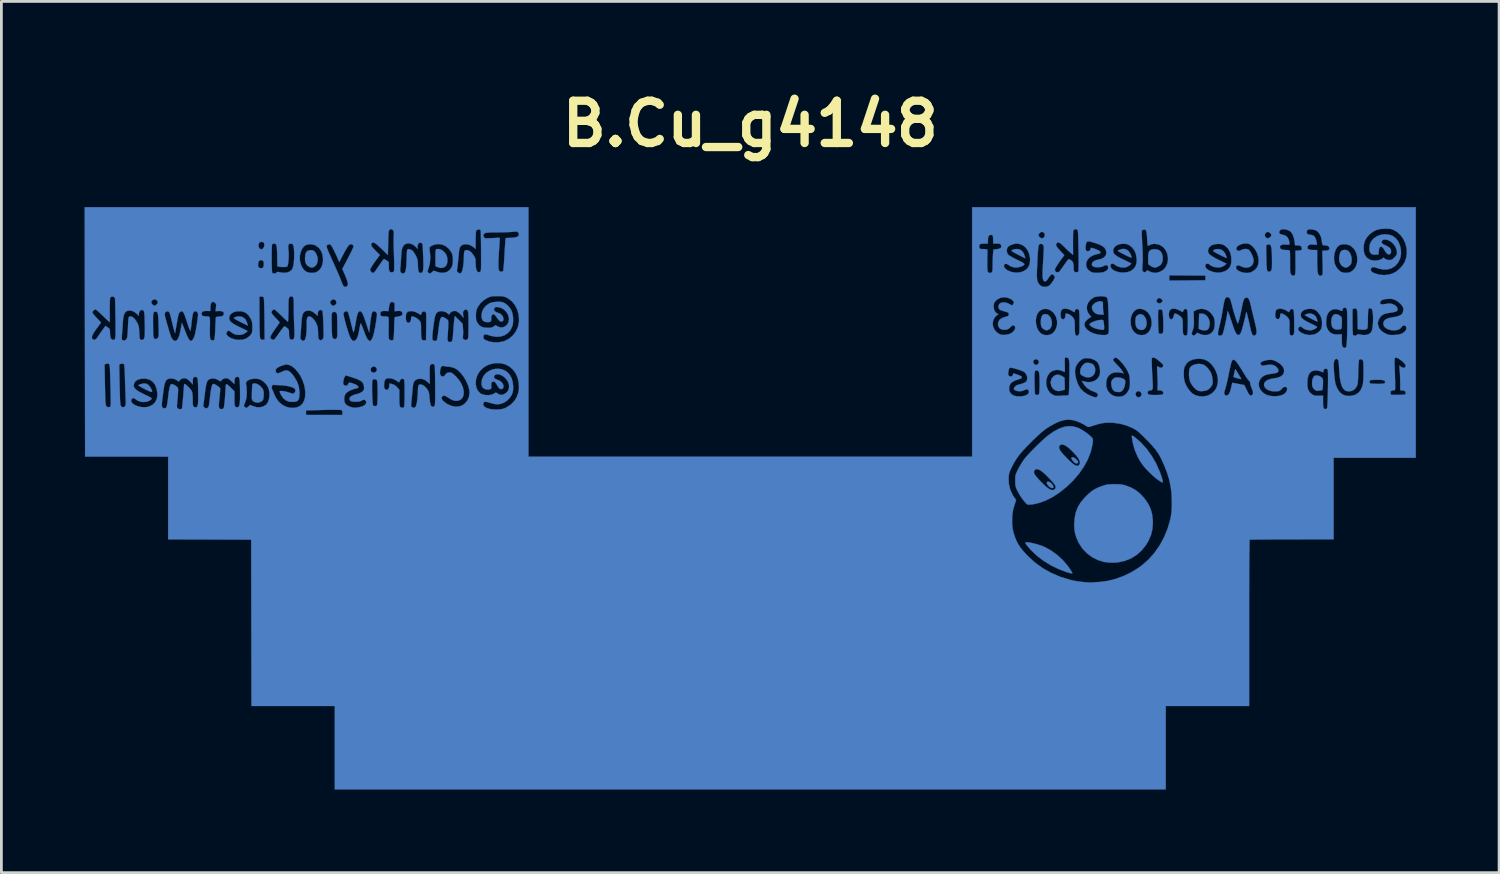
<source format=kicad_pcb>
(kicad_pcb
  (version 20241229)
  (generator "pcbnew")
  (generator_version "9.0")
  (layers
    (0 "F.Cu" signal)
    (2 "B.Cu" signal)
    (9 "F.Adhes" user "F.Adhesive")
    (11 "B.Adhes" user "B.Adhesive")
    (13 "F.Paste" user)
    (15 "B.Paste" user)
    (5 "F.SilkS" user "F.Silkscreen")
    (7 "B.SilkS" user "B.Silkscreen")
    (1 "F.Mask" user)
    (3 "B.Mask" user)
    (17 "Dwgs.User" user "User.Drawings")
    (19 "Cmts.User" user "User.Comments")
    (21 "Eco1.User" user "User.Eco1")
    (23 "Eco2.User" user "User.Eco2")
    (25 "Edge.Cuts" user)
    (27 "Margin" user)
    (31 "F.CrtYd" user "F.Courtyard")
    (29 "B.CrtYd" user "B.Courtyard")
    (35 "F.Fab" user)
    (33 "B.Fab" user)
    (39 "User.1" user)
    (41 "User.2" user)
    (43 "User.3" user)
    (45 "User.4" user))
  (footprint "B.Cu_g4148"
    (layer "F.Cu")
    (at 24.011 1.418)
    (property "Reference" "B.Cu_g4148" (at 0 0 0) (layer "F.SilkS") (effects (font (size 1.524 1.524) (thickness 0.3))))
    (attr through_hole)
    (fp_poly (pts (xy 10.824 12.935) (xy 10.881 12.99) (xy 10.926 13.056) (xy 10.937 13.106) (xy 10.918 13.134) (xy 10.873 13.134) (xy 10.805 13.103) (xy 10.803 13.101) (xy 10.752 13.057) (xy 10.714 13.005) (xy 10.696 12.955) (xy 10.702 12.919) (xy 10.709 12.912) (xy 10.762 12.904) (xy 10.824 12.935)) (stroke (width 0.01) (type solid)) (fill yes) (layer "B.Cu"))
    (fp_poly (pts (xy 11.676 12.037) (xy 11.73 12.074) (xy 11.781 12.122) (xy 11.817 12.171) (xy 11.828 12.21) (xy 11.804 12.241) (xy 11.76 12.248) (xy 11.709 12.229) (xy 11.694 12.218) (xy 11.644 12.167) (xy 11.603 12.11) (xy 11.58 12.062) (xy 11.578 12.05) (xy 11.596 12.029) (xy 11.63 12.023) (xy 11.676 12.037)) (stroke (width 0.01) (type solid)) (fill yes) (layer "B.Cu"))
    (fp_poly (pts (xy -21.784 9.371) (xy -21.702 9.42) (xy -21.632 9.51) (xy -21.623 9.526) (xy -21.585 9.602) (xy -21.572 9.648) (xy -21.586 9.667) (xy -21.63 9.66) (xy -21.707 9.63) (xy -21.751 9.61) (xy -21.84 9.567) (xy -21.924 9.523) (xy -21.988 9.486) (xy -22.001 9.477) (xy -22.079 9.425) (xy -21.993 9.39) (xy -21.881 9.361) (xy -21.784 9.371)) (stroke (width 0.01) (type solid)) (fill yes) (layer "B.Cu"))
    (fp_poly (pts (xy 16.36 6.854) (xy 16.44 6.902) (xy 16.506 6.977) (xy 16.553 7.071) (xy 16.573 7.177) (xy 16.573 7.193) (xy 16.564 7.287) (xy 16.539 7.367) (xy 16.502 7.42) (xy 16.488 7.43) (xy 16.424 7.447) (xy 16.342 7.447) (xy 16.263 7.432) (xy 16.231 7.418) (xy 16.174 7.387) (xy 16.181 7.117) (xy 16.189 6.847) (xy 16.273 6.841) (xy 16.36 6.854)) (stroke (width 0.01) (type solid)) (fill yes) (layer "B.Cu"))
    (fp_poly (pts (xy 11.139 9.051) (xy 11.242 9.095) (xy 11.264 9.108) (xy 11.335 9.156) (xy 11.341 9.37) (xy 11.347 9.585) (xy 11.277 9.606) (xy 11.195 9.628) (xy 11.136 9.638) (xy 11.084 9.635) (xy 11.053 9.629) (xy 10.964 9.591) (xy 10.896 9.523) (xy 10.852 9.435) (xy 10.835 9.337) (xy 10.85 9.237) (xy 10.886 9.163) (xy 10.958 9.086) (xy 11.043 9.048) (xy 11.139 9.051)) (stroke (width 0.01) (type solid)) (fill yes) (layer "B.Cu"))
    (fp_poly (pts (xy 14.17 6.895) (xy 14.228 6.955) (xy 14.272 7.04) (xy 14.294 7.146) (xy 14.297 7.19) (xy 14.283 7.296) (xy 14.243 7.374) (xy 14.181 7.422) (xy 14.099 7.434) (xy 14.034 7.421) (xy 13.961 7.378) (xy 13.913 7.304) (xy 13.891 7.198) (xy 13.89 7.104) (xy 13.896 7.023) (xy 13.907 6.972) (xy 13.928 6.936) (xy 13.956 6.908) (xy 14.029 6.867) (xy 14.102 6.864) (xy 14.17 6.895)) (stroke (width 0.01) (type solid)) (fill yes) (layer "B.Cu"))
    (fp_poly (pts (xy 20.234 6.844) (xy 20.323 6.88) (xy 20.392 6.944) (xy 20.407 6.968) (xy 20.43 7.02) (xy 20.448 7.074) (xy 20.456 7.116) (xy 20.451 7.132) (xy 20.451 7.132) (xy 20.427 7.123) (xy 20.374 7.098) (xy 20.303 7.063) (xy 20.267 7.045) (xy 20.184 7.003) (xy 20.11 6.963) (xy 20.058 6.934) (xy 20.047 6.927) (xy 19.996 6.895) (xy 20.047 6.867) (xy 20.138 6.838) (xy 20.234 6.844)) (stroke (width 0.01) (type solid)) (fill yes) (layer "B.Cu"))
    (fp_poly (pts (xy 16.897 4.515) (xy 17.001 4.543) (xy 17.083 4.606) (xy 17.142 4.705) (xy 17.155 4.737) (xy 17.173 4.794) (xy 17.182 4.831) (xy 17.182 4.838) (xy 17.162 4.832) (xy 17.112 4.809) (xy 17.038 4.775) (xy 16.948 4.731) (xy 16.933 4.724) (xy 16.842 4.677) (xy 16.767 4.636) (xy 16.715 4.603) (xy 16.693 4.584) (xy 16.692 4.583) (xy 16.715 4.55) (xy 16.769 4.527) (xy 16.842 4.515) (xy 16.897 4.515)) (stroke (width 0.01) (type solid)) (fill yes) (layer "B.Cu"))
    (fp_poly (pts (xy 17.507 8.864) (xy 17.535 8.908) (xy 17.572 8.969) (xy 17.617 9.043) (xy 17.658 9.11) (xy 17.683 9.149) (xy 17.704 9.188) (xy 17.705 9.205) (xy 17.703 9.205) (xy 17.674 9.199) (xy 17.617 9.186) (xy 17.551 9.171) (xy 17.474 9.149) (xy 17.433 9.128) (xy 17.427 9.115) (xy 17.436 9.082) (xy 17.45 9.022) (xy 17.462 8.969) (xy 17.476 8.904) (xy 17.488 8.86) (xy 17.493 8.848) (xy 17.507 8.864)) (stroke (width 0.01) (type solid)) (fill yes) (layer "B.Cu"))
    (fp_poly (pts (xy -11.145 4.54) (xy -11.06 4.598) (xy -10.988 4.681) (xy -10.961 4.726) (xy -10.931 4.817) (xy -10.922 4.919) (xy -10.932 5.017) (xy -10.962 5.1) (xy -10.988 5.134) (xy -11.066 5.185) (xy -11.16 5.198) (xy -11.261 5.173) (xy -11.271 5.169) (xy -11.356 5.13) (xy -11.356 4.83) (xy -11.355 4.71) (xy -11.354 4.627) (xy -11.349 4.573) (xy -11.342 4.54) (xy -11.331 4.524) (xy -11.317 4.517) (xy -11.234 4.511) (xy -11.145 4.54)) (stroke (width 0.01) (type solid)) (fill yes) (layer "B.Cu"))
    (fp_poly (pts (xy 12.21 8.62) (xy 12.312 8.643) (xy 12.383 8.694) (xy 12.427 8.776) (xy 12.437 8.819) (xy 12.44 8.928) (xy 12.41 9.019) (xy 12.352 9.088) (xy 12.272 9.132) (xy 12.178 9.147) (xy 12.076 9.129) (xy 11.986 9.085) (xy 11.931 9.046) (xy 11.905 9.012) (xy 11.896 8.967) (xy 11.896 8.948) (xy 11.915 8.826) (xy 11.973 8.721) (xy 12.024 8.67) (xy 12.071 8.635) (xy 12.115 8.619) (xy 12.174 8.617) (xy 12.21 8.62)) (stroke (width 0.01) (type solid)) (fill yes) (layer "B.Cu"))
    (fp_poly (pts (xy 13.558 4.525) (xy 13.636 4.578) (xy 13.698 4.668) (xy 13.709 4.69) (xy 13.736 4.755) (xy 13.752 4.804) (xy 13.755 4.825) (xy 13.734 4.823) (xy 13.684 4.804) (xy 13.611 4.772) (xy 13.522 4.729) (xy 13.51 4.722) (xy 13.418 4.675) (xy 13.341 4.634) (xy 13.285 4.603) (xy 13.258 4.587) (xy 13.258 4.586) (xy 13.264 4.57) (xy 13.3 4.55) (xy 13.353 4.53) (xy 13.411 4.514) (xy 13.462 4.508) (xy 13.558 4.525)) (stroke (width 0.01) (type solid)) (fill yes) (layer "B.Cu"))
    (fp_poly (pts (xy -18.324 6.962) (xy -18.236 7.018) (xy -18.209 7.048) (xy -18.191 7.081) (xy -18.167 7.134) (xy -18.145 7.192) (xy -18.128 7.243) (xy -18.123 7.271) (xy -18.124 7.273) (xy -18.144 7.265) (xy -18.194 7.242) (xy -18.267 7.206) (xy -18.357 7.161) (xy -18.378 7.151) (xy -18.47 7.103) (xy -18.547 7.06) (xy -18.601 7.028) (xy -18.626 7.01) (xy -18.627 7.008) (xy -18.608 6.985) (xy -18.559 6.963) (xy -18.493 6.948) (xy -18.429 6.943) (xy -18.324 6.962)) (stroke (width 0.01) (type solid)) (fill yes) (layer "B.Cu"))
    (fp_poly (pts (xy 9.656 4.515) (xy 9.748 4.544) (xy 9.82 4.605) (xy 9.858 4.666) (xy 9.88 4.716) (xy 9.901 4.771) (xy 9.916 4.819) (xy 9.92 4.845) (xy 9.919 4.847) (xy 9.899 4.838) (xy 9.849 4.814) (xy 9.775 4.777) (xy 9.686 4.732) (xy 9.673 4.725) (xy 9.581 4.678) (xy 9.504 4.635) (xy 9.45 4.601) (xy 9.425 4.581) (xy 9.424 4.579) (xy 9.437 4.556) (xy 9.479 4.535) (xy 9.541 4.519) (xy 9.609 4.513) (xy 9.656 4.515)) (stroke (width 0.01) (type solid)) (fill yes) (layer "B.Cu"))
    (fp_poly (pts (xy 12.671 6.402) (xy 12.697 6.411) (xy 12.712 6.43) (xy 12.719 6.469) (xy 12.721 6.537) (xy 12.721 6.567) (xy 12.723 6.657) (xy 12.728 6.742) (xy 12.735 6.8) (xy 12.748 6.879) (xy 12.645 6.878) (xy 12.566 6.871) (xy 12.493 6.855) (xy 12.473 6.848) (xy 12.404 6.799) (xy 12.35 6.725) (xy 12.321 6.643) (xy 12.319 6.618) (xy 12.338 6.554) (xy 12.39 6.493) (xy 12.462 6.442) (xy 12.546 6.408) (xy 12.63 6.396) (xy 12.671 6.402)) (stroke (width 0.01) (type solid)) (fill yes) (layer "B.Cu"))
    (fp_poly (pts (xy -15.757 4.569) (xy -15.714 4.606) (xy -15.705 4.615) (xy -15.646 4.702) (xy -15.611 4.803) (xy -15.601 4.907) (xy -15.616 5.006) (xy -15.654 5.089) (xy -15.716 5.148) (xy -15.724 5.153) (xy -15.783 5.178) (xy -15.831 5.182) (xy -15.886 5.164) (xy -15.917 5.149) (xy -15.993 5.093) (xy -16.04 5.014) (xy -16.06 4.907) (xy -16.059 4.819) (xy -16.045 4.706) (xy -16.017 4.629) (xy -15.971 4.582) (xy -15.902 4.559) (xy -15.867 4.555) (xy -15.801 4.554) (xy -15.757 4.569)) (stroke (width 0.01) (type solid)) (fill yes) (layer "B.Cu"))
    (fp_poly (pts (xy 10.735 6.883) (xy 10.8 6.94) (xy 10.849 7.023) (xy 10.876 7.127) (xy 10.88 7.186) (xy 10.866 7.296) (xy 10.824 7.376) (xy 10.758 7.424) (xy 10.75 7.427) (xy 10.704 7.443) (xy 10.681 7.45) (xy 10.681 7.45) (xy 10.662 7.442) (xy 10.619 7.423) (xy 10.613 7.42) (xy 10.546 7.38) (xy 10.504 7.325) (xy 10.483 7.246) (xy 10.477 7.149) (xy 10.486 7.03) (xy 10.512 6.94) (xy 10.552 6.884) (xy 10.574 6.871) (xy 10.657 6.859) (xy 10.735 6.883)) (stroke (width 0.01) (type solid)) (fill yes) (layer "B.Cu"))
    (fp_poly (pts (xy 21.202 6.879) (xy 21.281 6.929) (xy 21.309 6.953) (xy 21.327 6.978) (xy 21.336 7.012) (xy 21.339 7.067) (xy 21.338 7.152) (xy 21.338 7.177) (xy 21.334 7.265) (xy 21.329 7.336) (xy 21.323 7.381) (xy 21.319 7.39) (xy 21.277 7.408) (xy 21.212 7.417) (xy 21.14 7.416) (xy 21.079 7.404) (xy 21.071 7.4) (xy 21.01 7.356) (xy 20.972 7.285) (xy 20.956 7.182) (xy 20.955 7.142) (xy 20.967 7.021) (xy 21 6.932) (xy 21.052 6.877) (xy 21.12 6.859) (xy 21.202 6.879)) (stroke (width 0.01) (type solid)) (fill yes) (layer "B.Cu"))
    (fp_poly (pts (xy 21.525 4.558) (xy 21.572 4.585) (xy 21.633 4.664) (xy 21.675 4.767) (xy 21.693 4.88) (xy 21.687 4.988) (xy 21.663 5.062) (xy 21.632 5.099) (xy 21.584 5.139) (xy 21.532 5.17) (xy 21.491 5.184) (xy 21.48 5.183) (xy 21.457 5.177) (xy 21.428 5.171) (xy 21.364 5.14) (xy 21.305 5.079) (xy 21.26 5) (xy 21.249 4.966) (xy 21.238 4.881) (xy 21.243 4.785) (xy 21.262 4.691) (xy 21.292 4.615) (xy 21.315 4.584) (xy 21.373 4.552) (xy 21.449 4.543) (xy 21.525 4.558)) (stroke (width 0.01) (type solid)) (fill yes) (layer "B.Cu"))
    (fp_poly (pts (xy 12.706 7.072) (xy 12.731 7.086) (xy 12.743 7.123) (xy 12.75 7.168) (xy 12.759 7.249) (xy 12.763 7.33) (xy 12.764 7.348) (xy 12.761 7.401) (xy 12.746 7.424) (xy 12.712 7.428) (xy 12.705 7.428) (xy 12.654 7.422) (xy 12.579 7.41) (xy 12.513 7.397) (xy 12.425 7.371) (xy 12.345 7.334) (xy 12.28 7.293) (xy 12.241 7.253) (xy 12.234 7.232) (xy 12.254 7.201) (xy 12.305 7.167) (xy 12.379 7.133) (xy 12.465 7.103) (xy 12.555 7.081) (xy 12.639 7.07) (xy 12.659 7.07) (xy 12.706 7.072)) (stroke (width 0.01) (type solid)) (fill yes) (layer "B.Cu"))
    (fp_poly (pts (xy 13.36 9.157) (xy 13.442 9.187) (xy 13.495 9.218) (xy 13.519 9.25) (xy 13.525 9.297) (xy 13.525 9.308) (xy 13.512 9.43) (xy 13.475 9.538) (xy 13.424 9.615) (xy 13.378 9.654) (xy 13.324 9.671) (xy 13.272 9.673) (xy 13.197 9.665) (xy 13.135 9.644) (xy 13.126 9.639) (xy 13.069 9.575) (xy 13.032 9.483) (xy 13.018 9.372) (xy 13.018 9.365) (xy 13.024 9.294) (xy 13.047 9.242) (xy 13.079 9.206) (xy 13.126 9.167) (xy 13.174 9.149) (xy 13.245 9.144) (xy 13.25 9.144) (xy 13.36 9.157)) (stroke (width 0.01) (type solid)) (fill yes) (layer "B.Cu"))
    (fp_poly (pts (xy 14.706 4.541) (xy 14.757 4.564) (xy 14.813 4.614) (xy 14.853 4.693) (xy 14.875 4.789) (xy 14.877 4.89) (xy 14.859 4.986) (xy 14.819 5.064) (xy 14.806 5.081) (xy 14.755 5.12) (xy 14.691 5.155) (xy 14.628 5.179) (xy 14.584 5.183) (xy 14.557 5.177) (xy 14.531 5.171) (xy 14.487 5.151) (xy 14.431 5.117) (xy 14.42 5.109) (xy 14.351 5.057) (xy 14.351 4.851) (xy 14.354 4.734) (xy 14.365 4.652) (xy 14.387 4.596) (xy 14.424 4.559) (xy 14.478 4.533) (xy 14.489 4.53) (xy 14.593 4.517) (xy 14.706 4.541)) (stroke (width 0.01) (type solid)) (fill yes) (layer "B.Cu"))
    (fp_poly (pts (xy 20.492 9.08) (xy 20.568 9.115) (xy 20.615 9.153) (xy 20.638 9.181) (xy 20.651 9.212) (xy 20.658 9.258) (xy 20.658 9.327) (xy 20.656 9.395) (xy 20.651 9.48) (xy 20.645 9.548) (xy 20.64 9.589) (xy 20.637 9.596) (xy 20.611 9.605) (xy 20.558 9.615) (xy 20.518 9.621) (xy 20.451 9.627) (xy 20.407 9.62) (xy 20.367 9.595) (xy 20.343 9.575) (xy 20.297 9.523) (xy 20.273 9.461) (xy 20.264 9.409) (xy 20.262 9.301) (xy 20.28 9.204) (xy 20.315 9.127) (xy 20.351 9.09) (xy 20.415 9.071) (xy 20.492 9.08)) (stroke (width 0.01) (type solid)) (fill yes) (layer "B.Cu"))
    (fp_poly (pts (xy -17.837 9.364) (xy -17.751 9.398) (xy -17.667 9.46) (xy -17.644 9.483) (xy -17.593 9.547) (xy -17.563 9.607) (xy -17.549 9.677) (xy -17.549 9.772) (xy -17.551 9.814) (xy -17.559 9.894) (xy -17.572 9.946) (xy -17.595 9.982) (xy -17.618 10.004) (xy -17.69 10.041) (xy -17.777 10.054) (xy -17.859 10.039) (xy -17.865 10.037) (xy -17.912 10.015) (xy -17.944 9.992) (xy -17.965 9.962) (xy -17.976 9.916) (xy -17.979 9.847) (xy -17.978 9.748) (xy -17.975 9.668) (xy -17.971 9.551) (xy -17.966 9.471) (xy -17.961 9.419) (xy -17.952 9.388) (xy -17.939 9.373) (xy -17.921 9.365) (xy -17.916 9.364) (xy -17.837 9.364)) (stroke (width 0.01) (type solid)) (fill yes) (layer "B.Cu"))
    (fp_poly (pts (xy 10.066 15.099) (xy 10.171 15.12) (xy 10.292 15.149) (xy 10.416 15.186) (xy 10.531 15.225) (xy 10.608 15.257) (xy 10.841 15.383) (xy 11.065 15.544) (xy 11.271 15.732) (xy 11.449 15.941) (xy 11.511 16.028) (xy 11.559 16.1) (xy 11.596 16.158) (xy 11.617 16.195) (xy 11.62 16.202) (xy 11.602 16.212) (xy 11.545 16.204) (xy 11.451 16.179) (xy 11.398 16.162) (xy 11.118 16.056) (xy 10.845 15.923) (xy 10.589 15.767) (xy 10.356 15.593) (xy 10.155 15.406) (xy 10.077 15.32) (xy 10.001 15.231) (xy 9.951 15.168) (xy 9.926 15.128) (xy 9.922 15.105) (xy 9.939 15.095) (xy 9.974 15.092) (xy 9.987 15.092) (xy 10.066 15.099)) (stroke (width 0.01) (type solid)) (fill yes) (layer "B.Cu"))
    (fp_poly (pts (xy 16.31 8.673) (xy 16.347 8.686) (xy 16.417 8.73) (xy 16.493 8.803) (xy 16.563 8.89) (xy 16.616 8.982) (xy 16.62 8.991) (xy 16.649 9.077) (xy 16.669 9.18) (xy 16.679 9.282) (xy 16.675 9.366) (xy 16.672 9.384) (xy 16.64 9.451) (xy 16.584 9.522) (xy 16.519 9.581) (xy 16.49 9.599) (xy 16.409 9.626) (xy 16.309 9.64) (xy 16.211 9.638) (xy 16.154 9.626) (xy 16.086 9.587) (xy 16.012 9.52) (xy 15.942 9.435) (xy 15.886 9.343) (xy 15.861 9.286) (xy 15.837 9.187) (xy 15.824 9.074) (xy 15.824 8.961) (xy 15.836 8.862) (xy 15.859 8.792) (xy 15.913 8.733) (xy 15.996 8.689) (xy 16.098 8.662) (xy 16.206 8.656) (xy 16.31 8.673)) (stroke (width 0.01) (type solid)) (fill yes) (layer "B.Cu"))
    (fp_poly (pts (xy 13.789 11.25) (xy 13.832 11.275) (xy 13.858 11.293) (xy 14.083 11.485) (xy 14.29 11.712) (xy 14.476 11.969) (xy 14.638 12.249) (xy 14.771 12.548) (xy 14.817 12.675) (xy 14.852 12.786) (xy 14.873 12.862) (xy 14.879 12.908) (xy 14.871 12.93) (xy 14.861 12.933) (xy 14.836 12.922) (xy 14.786 12.893) (xy 14.722 12.852) (xy 14.719 12.85) (xy 14.631 12.784) (xy 14.528 12.695) (xy 14.417 12.59) (xy 14.308 12.48) (xy 14.211 12.373) (xy 14.153 12.301) (xy 14.053 12.153) (xy 13.96 11.979) (xy 13.881 11.793) (xy 13.856 11.722) (xy 13.83 11.635) (xy 13.806 11.539) (xy 13.786 11.443) (xy 13.771 11.357) (xy 13.763 11.289) (xy 13.764 11.25) (xy 13.766 11.246) (xy 13.789 11.25)) (stroke (width 0.01) (type solid)) (fill yes) (layer "B.Cu"))
    (fp_poly (pts (xy 13.261 12.998) (xy 13.352 13.003) (xy 13.427 13.013) (xy 13.498 13.03) (xy 13.564 13.051) (xy 13.743 13.121) (xy 13.896 13.206) (xy 14.035 13.314) (xy 14.169 13.452) (xy 14.228 13.524) (xy 14.353 13.703) (xy 14.441 13.889) (xy 14.496 14.089) (xy 14.519 14.311) (xy 14.52 14.387) (xy 14.503 14.62) (xy 14.451 14.835) (xy 14.361 15.042) (xy 14.268 15.196) (xy 14.112 15.39) (xy 13.931 15.55) (xy 13.728 15.675) (xy 13.505 15.763) (xy 13.266 15.813) (xy 13.124 15.825) (xy 12.92 15.822) (xy 12.753 15.799) (xy 12.531 15.73) (xy 12.325 15.624) (xy 12.141 15.486) (xy 11.983 15.321) (xy 11.857 15.131) (xy 11.837 15.092) (xy 11.764 14.93) (xy 11.717 14.781) (xy 11.692 14.63) (xy 11.684 14.461) (xy 11.684 14.458) (xy 11.699 14.22) (xy 11.742 14.008) (xy 11.818 13.816) (xy 11.928 13.637) (xy 12.068 13.472) (xy 12.194 13.348) (xy 12.307 13.253) (xy 12.42 13.178) (xy 12.543 13.118) (xy 12.671 13.069) (xy 12.764 13.038) (xy 12.839 13.017) (xy 12.909 13.005) (xy 12.988 12.999) (xy 13.09 12.997) (xy 13.141 12.997) (xy 13.261 12.998)) (stroke (width 0.01) (type solid)) (fill yes) (layer "B.Cu"))
    (fp_poly (pts (xy 11.664 10.915) (xy 11.828 10.966) (xy 11.855 10.978) (xy 11.946 11.027) (xy 12.043 11.087) (xy 12.139 11.154) (xy 12.225 11.222) (xy 12.295 11.285) (xy 12.341 11.336) (xy 12.354 11.362) (xy 12.358 11.41) (xy 12.353 11.484) (xy 12.343 11.569) (xy 12.341 11.577) (xy 12.277 11.84) (xy 12.173 12.104) (xy 12.032 12.364) (xy 11.857 12.617) (xy 11.651 12.859) (xy 11.416 13.086) (xy 11.155 13.295) (xy 11.123 13.318) (xy 10.893 13.465) (xy 10.662 13.582) (xy 10.435 13.667) (xy 10.218 13.718) (xy 10.147 13.727) (xy 10.067 13.733) (xy 10.016 13.732) (xy 9.984 13.721) (xy 9.956 13.699) (xy 9.949 13.691) (xy 9.832 13.552) (xy 9.723 13.393) (xy 9.635 13.235) (xy 9.598 13.154) (xy 9.575 13.091) (xy 9.563 13.03) (xy 9.558 12.956) (xy 9.557 12.867) (xy 9.557 12.776) (xy 9.562 12.708) (xy 9.573 12.651) (xy 9.596 12.591) (xy 9.619 12.541) (xy 10.232 12.541) (xy 10.233 12.582) (xy 10.247 12.621) (xy 10.275 12.667) (xy 10.328 12.735) (xy 10.399 12.816) (xy 10.481 12.904) (xy 10.566 12.99) (xy 10.649 13.068) (xy 10.718 13.126) (xy 10.81 13.186) (xy 10.89 13.21) (xy 10.955 13.197) (xy 10.996 13.158) (xy 11.013 13.121) (xy 11.014 13.081) (xy 10.995 13.033) (xy 10.953 12.973) (xy 10.886 12.895) (xy 10.791 12.793) (xy 10.783 12.786) (xy 10.667 12.669) (xy 10.573 12.582) (xy 10.496 12.521) (xy 10.43 12.48) (xy 10.372 12.458) (xy 10.357 12.455) (xy 10.305 12.451) (xy 10.271 12.474) (xy 10.255 12.497) (xy 10.232 12.541) (xy 9.619 12.541) (xy 9.631 12.514) (xy 9.657 12.462) (xy 9.716 12.352) (xy 9.786 12.235) (xy 9.856 12.128) (xy 9.881 12.093) (xy 9.944 12.017) (xy 10.031 11.92) (xy 10.136 11.808) (xy 10.253 11.689) (xy 10.281 11.661) (xy 11.136 11.661) (xy 11.154 11.735) (xy 11.185 11.791) (xy 11.229 11.849) (xy 11.295 11.925) (xy 11.374 12.01) (xy 11.46 12.097) (xy 11.543 12.177) (xy 11.617 12.244) (xy 11.673 12.288) (xy 11.684 12.295) (xy 11.752 12.33) (xy 11.801 12.337) (xy 11.843 12.317) (xy 11.857 12.305) (xy 11.89 12.25) (xy 11.887 12.176) (xy 11.846 12.085) (xy 11.768 11.975) (xy 11.652 11.847) (xy 11.605 11.799) (xy 11.483 11.687) (xy 11.381 11.612) (xy 11.295 11.571) (xy 11.225 11.564) (xy 11.204 11.569) (xy 11.153 11.604) (xy 11.136 11.661) (xy 10.281 11.661) (xy 10.375 11.568) (xy 10.495 11.454) (xy 10.606 11.352) (xy 10.702 11.269) (xy 10.744 11.235) (xy 10.948 11.093) (xy 11.14 10.991) (xy 11.322 10.927) (xy 11.496 10.902) (xy 11.664 10.915)) (stroke (width 0.01) (type solid)) (fill yes) (layer "B.Cu"))
    (fp_poly (pts (xy -8.001 12.002) (xy 8.001 12.002) (xy 8.001 9.038) (xy 9.301 9.038) (xy 9.322 9.079) (xy 9.333 9.089) (xy 9.386 9.115) (xy 9.436 9.103) (xy 9.471 9.059) (xy 9.474 9.047) (xy 9.486 9.009) (xy 9.492 8.996) (xy 9.513 9.002) (xy 9.563 9.019) (xy 9.62 9.038) (xy 9.721 9.078) (xy 9.781 9.112) (xy 9.799 9.144) (xy 9.777 9.174) (xy 9.713 9.202) (xy 9.668 9.216) (xy 9.533 9.263) (xy 9.436 9.319) (xy 9.374 9.388) (xy 9.341 9.475) (xy 9.335 9.553) (xy 9.353 9.654) (xy 9.406 9.735) (xy 9.49 9.793) (xy 9.601 9.825) (xy 9.737 9.83) (xy 9.768 9.828) (xy 9.846 9.816) (xy 9.916 9.798) (xy 9.938 9.791) (xy 10.013 9.746) (xy 10.049 9.69) (xy 10.05 9.65) (xy 10.027 9.594) (xy 9.981 9.573) (xy 9.92 9.588) (xy 9.908 9.594) (xy 9.807 9.634) (xy 9.697 9.646) (xy 9.594 9.628) (xy 9.583 9.624) (xy 9.533 9.596) (xy 9.506 9.568) (xy 9.504 9.561) (xy 9.522 9.51) (xy 9.566 9.458) (xy 9.625 9.42) (xy 9.658 9.409) (xy 9.773 9.38) (xy 9.868 9.346) (xy 9.935 9.309) (xy 9.959 9.286) (xy 9.988 9.211) (xy 9.986 9.124) (xy 9.984 9.118) (xy 10.251 9.118) (xy 10.251 9.25) (xy 10.252 9.333) (xy 10.255 9.46) (xy 10.259 9.572) (xy 10.264 9.663) (xy 10.269 9.727) (xy 10.274 9.754) (xy 10.308 9.775) (xy 10.359 9.776) (xy 10.404 9.759) (xy 10.41 9.754) (xy 10.419 9.724) (xy 10.426 9.661) (xy 10.431 9.572) (xy 10.435 9.466) (xy 10.436 9.353) (xy 10.436 9.347) (xy 10.672 9.347) (xy 10.691 9.477) (xy 10.737 9.596) (xy 10.81 9.695) (xy 10.844 9.725) (xy 10.929 9.779) (xy 11.013 9.807) (xy 11.112 9.812) (xy 11.165 9.808) (xy 11.253 9.801) (xy 11.339 9.798) (xy 11.381 9.798) (xy 11.44 9.794) (xy 11.479 9.781) (xy 11.485 9.775) (xy 11.489 9.749) (xy 11.494 9.685) (xy 11.498 9.59) (xy 11.502 9.47) (xy 11.505 9.33) (xy 11.508 9.175) (xy 11.509 9.146) (xy 11.511 8.954) (xy 11.511 8.916) (xy 11.712 8.916) (xy 11.723 9.053) (xy 11.759 9.218) (xy 11.762 9.228) (xy 11.823 9.399) (xy 11.905 9.539) (xy 12.014 9.653) (xy 12.155 9.748) (xy 12.291 9.812) (xy 12.378 9.845) (xy 12.436 9.86) (xy 12.477 9.859) (xy 12.501 9.847) (xy 12.537 9.805) (xy 12.536 9.756) (xy 12.502 9.71) (xy 12.438 9.674) (xy 12.43 9.672) (xy 12.278 9.611) (xy 12.158 9.534) (xy 12.061 9.435) (xy 12.002 9.348) (xy 11.953 9.266) (xy 12.004 9.282) (xy 12.155 9.314) (xy 12.292 9.31) (xy 12.322 9.301) (xy 12.836 9.301) (xy 12.837 9.438) (xy 12.847 9.497) (xy 12.895 9.622) (xy 12.976 9.726) (xy 13.084 9.8) (xy 13.091 9.803) (xy 13.19 9.832) (xy 13.301 9.841) (xy 13.403 9.829) (xy 13.434 9.82) (xy 13.521 9.768) (xy 13.533 9.756) (xy 13.894 9.756) (xy 13.916 9.812) (xy 13.965 9.854) (xy 14.023 9.86) (xy 14.08 9.828) (xy 14.086 9.822) (xy 14.112 9.769) (xy 14.105 9.714) (xy 14.092 9.694) (xy 14.33 9.694) (xy 14.336 9.729) (xy 14.358 9.753) (xy 14.403 9.768) (xy 14.477 9.776) (xy 14.585 9.779) (xy 14.616 9.779) (xy 14.741 9.776) (xy 14.826 9.769) (xy 14.872 9.757) (xy 14.876 9.754) (xy 14.899 9.708) (xy 14.887 9.664) (xy 14.846 9.629) (xy 14.782 9.611) (xy 14.762 9.61) (xy 14.689 9.61) (xy 14.694 9.446) (xy 14.695 9.357) (xy 14.692 9.242) (xy 14.687 9.117) (xy 14.682 9.012) (xy 14.68 8.978) (xy 15.634 8.978) (xy 15.636 9.101) (xy 15.649 9.219) (xy 15.671 9.313) (xy 15.722 9.433) (xy 15.795 9.554) (xy 15.879 9.661) (xy 15.943 9.722) (xy 16.057 9.788) (xy 16.191 9.824) (xy 16.335 9.831) (xy 16.476 9.806) (xy 16.53 9.787) (xy 16.648 9.719) (xy 17.092 9.719) (xy 17.101 9.753) (xy 17.137 9.792) (xy 17.186 9.797) (xy 17.238 9.771) (xy 17.276 9.725) (xy 17.299 9.672) (xy 17.324 9.594) (xy 17.345 9.507) (xy 17.346 9.504) (xy 17.363 9.428) (xy 17.376 9.371) (xy 17.385 9.342) (xy 17.386 9.341) (xy 17.408 9.342) (xy 17.462 9.35) (xy 17.54 9.365) (xy 17.599 9.377) (xy 17.687 9.395) (xy 17.758 9.409) (xy 17.803 9.417) (xy 17.814 9.419) (xy 17.826 9.437) (xy 17.851 9.485) (xy 17.885 9.555) (xy 17.906 9.599) (xy 17.956 9.7) (xy 17.998 9.764) (xy 18.036 9.794) (xy 18.073 9.796) (xy 18.095 9.786) (xy 18.128 9.742) (xy 18.131 9.672) (xy 18.102 9.574) (xy 18.088 9.54) (xy 18.059 9.464) (xy 18.039 9.394) (xy 18.037 9.374) (xy 18.338 9.374) (xy 18.351 9.482) (xy 18.397 9.585) (xy 18.473 9.677) (xy 18.579 9.752) (xy 18.627 9.774) (xy 18.754 9.811) (xy 18.899 9.824) (xy 19.044 9.815) (xy 19.173 9.782) (xy 19.207 9.768) (xy 19.294 9.711) (xy 19.347 9.641) (xy 19.364 9.565) (xy 19.363 9.558) (xy 19.351 9.51) (xy 19.32 9.49) (xy 19.297 9.486) (xy 19.252 9.49) (xy 19.209 9.516) (xy 19.168 9.559) (xy 19.127 9.603) (xy 19.09 9.628) (xy 19.041 9.641) (xy 18.966 9.647) (xy 18.96 9.648) (xy 18.825 9.644) (xy 18.709 9.615) (xy 18.616 9.565) (xy 18.554 9.496) (xy 18.531 9.439) (xy 18.534 9.362) (xy 18.561 9.318) (xy 20.091 9.318) (xy 20.094 9.465) (xy 20.12 9.58) (xy 20.17 9.671) (xy 20.248 9.744) (xy 20.261 9.753) (xy 20.312 9.783) (xy 20.362 9.799) (xy 20.424 9.806) (xy 20.502 9.806) (xy 20.659 9.803) (xy 20.659 10.02) (xy 20.661 10.132) (xy 20.668 10.209) (xy 20.684 10.257) (xy 20.709 10.28) (xy 20.745 10.287) (xy 20.788 10.272) (xy 20.801 10.261) (xy 20.808 10.232) (xy 20.814 10.168) (xy 20.819 10.074) (xy 20.824 9.956) (xy 20.829 9.822) (xy 20.832 9.676) (xy 20.835 9.525) (xy 20.837 9.376) (xy 20.838 9.235) (xy 20.837 9.107) (xy 20.836 9) (xy 20.832 8.92) (xy 20.828 8.872) (xy 20.825 8.863) (xy 20.789 8.831) (xy 20.743 8.829) (xy 20.699 8.85) (xy 20.671 8.888) (xy 20.67 8.937) (xy 20.672 8.941) (xy 20.674 8.959) (xy 20.655 8.959) (xy 20.608 8.94) (xy 20.592 8.933) (xy 20.482 8.899) (xy 20.372 8.893) (xy 20.274 8.915) (xy 20.244 8.93) (xy 20.178 8.988) (xy 20.132 9.072) (xy 20.103 9.186) (xy 20.091 9.318) (xy 18.561 9.318) (xy 18.575 9.296) (xy 18.652 9.241) (xy 18.763 9.201) (xy 18.9 9.177) (xy 19.04 9.15) (xy 19.146 9.102) (xy 19.217 9.036) (xy 19.233 9.008) (xy 19.257 8.915) (xy 19.24 8.82) (xy 19.185 8.729) (xy 19.137 8.682) (xy 21.043 8.682) (xy 21.044 8.786) (xy 21.051 8.909) (xy 21.061 9.04) (xy 21.075 9.169) (xy 21.091 9.284) (xy 21.108 9.374) (xy 21.115 9.398) (xy 21.177 9.554) (xy 21.259 9.675) (xy 21.361 9.759) (xy 21.482 9.805) (xy 21.62 9.814) (xy 21.626 9.813) (xy 21.712 9.8) (xy 21.795 9.778) (xy 21.838 9.761) (xy 21.938 9.693) (xy 23.093 9.693) (xy 23.098 9.741) (xy 23.108 9.766) (xy 23.133 9.771) (xy 23.193 9.774) (xy 23.277 9.775) (xy 23.376 9.774) (xy 23.377 9.774) (xy 23.485 9.772) (xy 23.557 9.768) (xy 23.601 9.762) (xy 23.625 9.753) (xy 23.636 9.738) (xy 23.64 9.717) (xy 23.63 9.661) (xy 23.585 9.624) (xy 23.512 9.61) (xy 23.507 9.61) (xy 23.442 9.61) (xy 23.442 9.372) (xy 23.441 9.246) (xy 23.436 9.108) (xy 23.43 8.98) (xy 23.427 8.926) (xy 23.411 8.718) (xy 23.472 8.762) (xy 23.538 8.798) (xy 23.588 8.8) (xy 23.622 8.774) (xy 23.639 8.728) (xy 23.62 8.672) (xy 23.563 8.606) (xy 23.496 8.547) (xy 23.399 8.476) (xy 23.325 8.438) (xy 23.274 8.432) (xy 23.249 8.449) (xy 23.241 8.483) (xy 23.237 8.556) (xy 23.238 8.665) (xy 23.242 8.807) (xy 23.243 8.826) (xy 23.249 8.965) (xy 23.253 9.11) (xy 23.257 9.245) (xy 23.26 9.358) (xy 23.26 9.393) (xy 23.261 9.49) (xy 23.259 9.553) (xy 23.254 9.589) (xy 23.243 9.605) (xy 23.224 9.609) (xy 23.211 9.61) (xy 23.14 9.618) (xy 23.103 9.647) (xy 23.093 9.693) (xy 21.938 9.693) (xy 21.94 9.692) (xy 22.016 9.6) (xy 22.07 9.478) (xy 22.095 9.381) (xy 22.104 9.317) (xy 22.106 9.29) (xy 22.334 9.29) (xy 22.339 9.336) (xy 22.355 9.358) (xy 22.387 9.365) (xy 22.451 9.371) (xy 22.538 9.375) (xy 22.63 9.377) (xy 22.74 9.376) (xy 22.814 9.372) (xy 22.859 9.365) (xy 22.882 9.354) (xy 22.889 9.345) (xy 22.897 9.301) (xy 22.879 9.268) (xy 22.832 9.246) (xy 22.753 9.234) (xy 22.638 9.231) (xy 22.543 9.233) (xy 22.449 9.236) (xy 22.39 9.241) (xy 22.357 9.25) (xy 22.341 9.264) (xy 22.335 9.286) (xy 22.334 9.29) (xy 22.106 9.29) (xy 22.111 9.225) (xy 22.116 9.113) (xy 22.118 8.991) (xy 22.118 8.867) (xy 22.117 8.751) (xy 22.112 8.652) (xy 22.106 8.578) (xy 22.099 8.542) (xy 22.066 8.502) (xy 22.019 8.486) (xy 21.973 8.497) (xy 21.956 8.514) (xy 21.951 8.543) (xy 21.945 8.607) (xy 21.939 8.699) (xy 21.933 8.813) (xy 21.929 8.942) (xy 21.928 8.964) (xy 21.924 9.111) (xy 21.92 9.223) (xy 21.914 9.305) (xy 21.907 9.365) (xy 21.898 9.41) (xy 21.885 9.446) (xy 21.871 9.474) (xy 21.803 9.567) (xy 21.714 9.625) (xy 21.621 9.647) (xy 21.53 9.644) (xy 21.452 9.614) (xy 21.388 9.552) (xy 21.336 9.459) (xy 21.296 9.331) (xy 21.266 9.166) (xy 21.246 8.963) (xy 21.239 8.843) (xy 21.232 8.717) (xy 21.225 8.627) (xy 21.217 8.566) (xy 21.206 8.527) (xy 21.192 8.503) (xy 21.187 8.497) (xy 21.14 8.474) (xy 21.098 8.49) (xy 21.065 8.542) (xy 21.048 8.61) (xy 21.043 8.682) (xy 19.137 8.682) (xy 19.096 8.644) (xy 18.975 8.571) (xy 18.897 8.535) (xy 18.837 8.516) (xy 18.775 8.51) (xy 18.692 8.514) (xy 18.692 8.514) (xy 18.591 8.528) (xy 18.503 8.554) (xy 18.436 8.587) (xy 18.402 8.624) (xy 18.401 8.626) (xy 18.406 8.659) (xy 18.423 8.688) (xy 18.441 8.709) (xy 18.465 8.718) (xy 18.507 8.717) (xy 18.575 8.706) (xy 18.6 8.702) (xy 18.688 8.69) (xy 18.771 8.686) (xy 18.828 8.69) (xy 18.908 8.719) (xy 18.979 8.768) (xy 19.03 8.829) (xy 19.05 8.891) (xy 19.05 8.893) (xy 19.043 8.933) (xy 19.016 8.963) (xy 18.965 8.986) (xy 18.882 9.003) (xy 18.785 9.016) (xy 18.654 9.037) (xy 18.553 9.071) (xy 18.474 9.121) (xy 18.421 9.172) (xy 18.361 9.269) (xy 18.338 9.374) (xy 18.037 9.374) (xy 18.034 9.355) (xy 18.018 9.293) (xy 17.991 9.266) (xy 17.965 9.239) (xy 17.922 9.182) (xy 17.869 9.104) (xy 17.811 9.011) (xy 17.789 8.975) (xy 17.699 8.826) (xy 17.626 8.711) (xy 17.567 8.626) (xy 17.521 8.566) (xy 17.484 8.53) (xy 17.452 8.512) (xy 17.433 8.509) (xy 17.411 8.511) (xy 17.393 8.521) (xy 17.376 8.542) (xy 17.359 8.58) (xy 17.341 8.639) (xy 17.321 8.724) (xy 17.295 8.839) (xy 17.264 8.99) (xy 17.25 9.059) (xy 17.221 9.197) (xy 17.192 9.327) (xy 17.164 9.442) (xy 17.14 9.533) (xy 17.122 9.592) (xy 17.12 9.598) (xy 17.096 9.67) (xy 17.092 9.719) (xy 16.648 9.719) (xy 16.658 9.713) (xy 16.757 9.612) (xy 16.825 9.49) (xy 16.862 9.351) (xy 16.867 9.201) (xy 16.839 9.043) (xy 16.777 8.884) (xy 16.722 8.788) (xy 16.616 8.651) (xy 16.5 8.554) (xy 16.368 8.494) (xy 16.218 8.471) (xy 16.118 8.473) (xy 15.96 8.5) (xy 15.832 8.557) (xy 15.735 8.642) (xy 15.668 8.757) (xy 15.66 8.778) (xy 15.641 8.865) (xy 15.634 8.978) (xy 14.68 8.978) (xy 14.676 8.911) (xy 14.673 8.827) (xy 14.674 8.768) (xy 14.677 8.742) (xy 14.678 8.742) (xy 14.703 8.752) (xy 14.742 8.775) (xy 14.8 8.796) (xy 14.852 8.788) (xy 14.886 8.756) (xy 14.893 8.707) (xy 14.888 8.69) (xy 14.866 8.661) (xy 14.819 8.615) (xy 14.758 8.562) (xy 14.692 8.509) (xy 14.633 8.465) (xy 14.59 8.44) (xy 14.539 8.429) (xy 14.508 8.433) (xy 14.494 8.441) (xy 14.485 8.46) (xy 14.48 8.494) (xy 14.479 8.551) (xy 14.48 8.637) (xy 14.485 8.758) (xy 14.486 8.769) (xy 14.491 8.903) (xy 14.498 9.043) (xy 14.505 9.173) (xy 14.511 9.278) (xy 14.512 9.296) (xy 14.519 9.419) (xy 14.518 9.506) (xy 14.508 9.563) (xy 14.489 9.595) (xy 14.458 9.608) (xy 14.439 9.61) (xy 14.374 9.624) (xy 14.336 9.663) (xy 14.33 9.694) (xy 14.092 9.694) (xy 14.074 9.668) (xy 14.026 9.641) (xy 13.969 9.643) (xy 13.953 9.65) (xy 13.905 9.695) (xy 13.894 9.756) (xy 13.533 9.756) (xy 13.599 9.686) (xy 13.656 9.586) (xy 13.665 9.561) (xy 13.684 9.483) (xy 13.693 9.39) (xy 13.691 9.268) (xy 13.691 9.261) (xy 13.685 9.159) (xy 13.674 9.084) (xy 13.654 9.017) (xy 13.621 8.942) (xy 13.605 8.908) (xy 13.552 8.816) (xy 13.482 8.716) (xy 13.405 8.619) (xy 13.328 8.535) (xy 13.258 8.472) (xy 13.222 8.447) (xy 13.178 8.429) (xy 13.146 8.437) (xy 13.124 8.456) (xy 13.092 8.491) (xy 13.081 8.515) (xy 13.095 8.537) (xy 13.132 8.583) (xy 13.188 8.644) (xy 13.237 8.697) (xy 13.307 8.772) (xy 13.368 8.844) (xy 13.413 8.904) (xy 13.43 8.93) (xy 13.466 9.002) (xy 13.416 8.986) (xy 13.367 8.976) (xy 13.295 8.965) (xy 13.25 8.961) (xy 13.122 8.968) (xy 13.014 9.01) (xy 12.927 9.082) (xy 12.867 9.181) (xy 12.836 9.301) (xy 12.322 9.301) (xy 12.413 9.272) (xy 12.512 9.2) (xy 12.585 9.1) (xy 12.611 9.011) (xy 12.616 8.902) (xy 12.601 8.786) (xy 12.569 8.679) (xy 12.521 8.595) (xy 12.514 8.587) (xy 12.435 8.526) (xy 12.329 8.48) (xy 12.211 8.454) (xy 12.096 8.45) (xy 12.016 8.465) (xy 11.956 8.498) (xy 11.886 8.554) (xy 11.846 8.595) (xy 11.773 8.693) (xy 11.728 8.798) (xy 11.712 8.916) (xy 11.511 8.916) (xy 11.511 8.801) (xy 11.51 8.681) (xy 11.505 8.591) (xy 11.497 8.525) (xy 11.484 8.481) (xy 11.467 8.453) (xy 11.445 8.438) (xy 11.416 8.43) (xy 11.403 8.428) (xy 11.378 8.425) (xy 11.361 8.427) (xy 11.35 8.441) (xy 11.344 8.472) (xy 11.342 8.528) (xy 11.343 8.614) (xy 11.345 8.715) (xy 11.346 8.81) (xy 11.346 8.887) (xy 11.344 8.937) (xy 11.341 8.954) (xy 11.319 8.945) (xy 11.273 8.923) (xy 11.25 8.911) (xy 11.14 8.877) (xy 11.023 8.875) (xy 10.91 8.906) (xy 10.814 8.966) (xy 10.791 8.989) (xy 10.722 9.094) (xy 10.683 9.216) (xy 10.672 9.347) (xy 10.436 9.347) (xy 10.435 9.239) (xy 10.432 9.133) (xy 10.426 9.045) (xy 10.422 9.009) (xy 10.409 8.945) (xy 10.389 8.912) (xy 10.358 8.898) (xy 10.321 8.891) (xy 10.293 8.896) (xy 10.273 8.916) (xy 10.261 8.956) (xy 10.253 9.022) (xy 10.251 9.118) (xy 9.984 9.118) (xy 9.957 9.038) (xy 9.904 8.968) (xy 9.878 8.947) (xy 9.827 8.921) (xy 9.751 8.891) (xy 9.662 8.86) (xy 9.569 8.832) (xy 9.484 8.809) (xy 9.417 8.796) (xy 9.378 8.795) (xy 9.377 8.795) (xy 9.353 8.806) (xy 9.336 8.829) (xy 9.322 8.873) (xy 9.309 8.946) (xy 9.304 8.976) (xy 9.301 9.038) (xy 8.001 9.038) (xy 8.001 8.584) (xy 10.202 8.584) (xy 10.218 8.629) (xy 10.256 8.672) (xy 10.299 8.698) (xy 10.311 8.7) (xy 10.335 8.687) (xy 10.374 8.659) (xy 10.408 8.624) (xy 10.411 8.586) (xy 10.403 8.559) (xy 10.369 8.51) (xy 10.319 8.489) (xy 10.266 8.494) (xy 10.223 8.523) (xy 10.203 8.575) (xy 10.202 8.584) (xy 8.001 8.584) (xy 8.001 7.213) (xy 8.742 7.213) (xy 8.763 7.328) (xy 8.818 7.436) (xy 8.901 7.526) (xy 9.003 7.589) (xy 9.031 7.6) (xy 9.118 7.613) (xy 9.222 7.607) (xy 9.326 7.585) (xy 9.393 7.559) (xy 9.466 7.509) (xy 9.52 7.449) (xy 9.55 7.387) (xy 9.554 7.33) (xy 9.53 7.286) (xy 9.498 7.269) (xy 9.459 7.268) (xy 9.418 7.297) (xy 9.399 7.318) (xy 9.33 7.384) (xy 9.255 7.419) (xy 9.159 7.429) (xy 9.154 7.429) (xy 9.057 7.412) (xy 8.985 7.364) (xy 8.942 7.289) (xy 8.932 7.22) (xy 8.95 7.128) (xy 8.99 7.072) (xy 10.3 7.072) (xy 10.306 7.203) (xy 10.335 7.331) (xy 10.385 7.444) (xy 10.456 7.534) (xy 10.52 7.581) (xy 10.628 7.617) (xy 10.743 7.618) (xy 10.851 7.585) (xy 10.894 7.559) (xy 10.98 7.472) (xy 11.037 7.362) (xy 11.066 7.237) (xy 11.065 7.107) (xy 11.034 6.978) (xy 10.976 6.865) (xy 11.191 6.865) (xy 11.198 6.963) (xy 11.225 7.023) (xy 11.272 7.048) (xy 11.284 7.048) (xy 11.327 7.029) (xy 11.356 6.977) (xy 11.367 6.899) (xy 11.37 6.854) (xy 11.387 6.839) (xy 11.433 6.845) (xy 11.435 6.845) (xy 11.539 6.887) (xy 11.629 6.968) (xy 11.658 7.006) (xy 11.678 7.04) (xy 11.692 7.076) (xy 11.7 7.125) (xy 11.704 7.194) (xy 11.705 7.293) (xy 11.705 7.333) (xy 11.707 7.456) (xy 11.713 7.542) (xy 11.724 7.598) (xy 11.743 7.629) (xy 11.77 7.64) (xy 11.782 7.641) (xy 11.817 7.627) (xy 11.841 7.608) (xy 11.853 7.59) (xy 11.862 7.559) (xy 11.868 7.51) (xy 11.872 7.437) (xy 11.874 7.334) (xy 11.874 7.198) (xy 12.054 7.198) (xy 12.057 7.279) (xy 12.096 7.359) (xy 12.168 7.436) (xy 12.265 7.503) (xy 12.383 7.557) (xy 12.517 7.593) (xy 12.533 7.596) (xy 12.681 7.615) (xy 12.792 7.617) (xy 12.867 7.601) (xy 12.901 7.578) (xy 12.913 7.562) (xy 12.922 7.54) (xy 12.928 7.508) (xy 12.932 7.46) (xy 12.933 7.391) (xy 12.932 7.294) (xy 12.929 7.165) (xy 12.928 7.112) (xy 13.716 7.112) (xy 13.729 7.27) (xy 13.771 7.399) (xy 13.842 7.503) (xy 13.938 7.58) (xy 14.015 7.609) (xy 14.111 7.619) (xy 14.205 7.61) (xy 14.262 7.59) (xy 14.361 7.516) (xy 14.43 7.412) (xy 14.469 7.282) (xy 14.478 7.171) (xy 14.46 7.025) (xy 14.452 7.004) (xy 14.708 7.004) (xy 14.709 7.12) (xy 14.712 7.237) (xy 14.716 7.346) (xy 14.721 7.44) (xy 14.727 7.51) (xy 14.734 7.547) (xy 14.736 7.55) (xy 14.78 7.576) (xy 14.834 7.571) (xy 14.877 7.54) (xy 14.883 7.531) (xy 14.891 7.493) (xy 14.896 7.422) (xy 14.898 7.328) (xy 14.898 7.218) (xy 14.895 7.101) (xy 14.89 6.986) (xy 14.885 6.913) (xy 15.098 6.913) (xy 15.11 6.981) (xy 15.132 7.025) (xy 15.138 7.031) (xy 15.192 7.049) (xy 15.234 7.027) (xy 15.263 6.966) (xy 15.27 6.937) (xy 15.286 6.879) (xy 15.303 6.843) (xy 15.312 6.837) (xy 15.367 6.851) (xy 15.436 6.886) (xy 15.503 6.931) (xy 15.551 6.976) (xy 15.554 6.981) (xy 15.574 7.012) (xy 15.587 7.047) (xy 15.594 7.095) (xy 15.598 7.164) (xy 15.6 7.264) (xy 15.6 7.31) (xy 15.601 7.426) (xy 15.605 7.508) (xy 15.612 7.561) (xy 15.623 7.594) (xy 15.633 7.608) (xy 15.682 7.638) (xy 15.734 7.628) (xy 15.748 7.62) (xy 15.759 7.593) (xy 15.764 7.56) (xy 15.921 7.56) (xy 15.922 7.585) (xy 15.937 7.603) (xy 15.948 7.612) (xy 15.983 7.634) (xy 16.008 7.636) (xy 16.039 7.613) (xy 16.066 7.588) (xy 16.122 7.534) (xy 16.224 7.58) (xy 16.346 7.615) (xy 16.464 7.615) (xy 16.57 7.581) (xy 16.576 7.577) (xy 16.869 7.577) (xy 16.879 7.616) (xy 16.904 7.636) (xy 16.941 7.641) (xy 16.993 7.626) (xy 17.028 7.6) (xy 17.043 7.568) (xy 17.063 7.502) (xy 17.087 7.412) (xy 17.113 7.305) (xy 17.14 7.189) (xy 17.164 7.073) (xy 17.185 6.966) (xy 17.2 6.875) (xy 17.207 6.809) (xy 17.208 6.796) (xy 17.211 6.764) (xy 17.22 6.76) (xy 17.236 6.786) (xy 17.261 6.844) (xy 17.294 6.937) (xy 17.338 7.067) (xy 17.367 7.158) (xy 17.419 7.314) (xy 17.463 7.433) (xy 17.501 7.519) (xy 17.536 7.575) (xy 17.569 7.606) (xy 17.603 7.615) (xy 17.628 7.611) (xy 17.662 7.584) (xy 17.695 7.532) (xy 17.705 7.51) (xy 17.722 7.459) (xy 17.746 7.378) (xy 17.773 7.278) (xy 17.802 7.166) (xy 17.83 7.054) (xy 17.855 6.95) (xy 17.874 6.863) (xy 17.886 6.802) (xy 17.888 6.785) (xy 17.893 6.784) (xy 17.906 6.818) (xy 17.924 6.883) (xy 17.947 6.971) (xy 17.972 7.077) (xy 18 7.196) (xy 18.027 7.321) (xy 18.034 7.354) (xy 18.066 7.486) (xy 18.099 7.576) (xy 18.135 7.627) (xy 18.175 7.639) (xy 18.22 7.615) (xy 18.235 7.599) (xy 18.251 7.573) (xy 18.26 7.537) (xy 18.261 7.486) (xy 18.253 7.414) (xy 18.235 7.317) (xy 18.206 7.191) (xy 18.167 7.029) (xy 18.162 7.006) (xy 18.14 6.917) (xy 18.934 6.917) (xy 18.947 6.979) (xy 18.949 6.985) (xy 18.99 7.034) (xy 19.034 7.045) (xy 19.075 7.024) (xy 19.104 6.973) (xy 19.113 6.907) (xy 19.12 6.856) (xy 19.141 6.838) (xy 19.151 6.837) (xy 19.209 6.852) (xy 19.28 6.891) (xy 19.349 6.944) (xy 19.402 7.001) (xy 19.405 7.006) (xy 19.426 7.041) (xy 19.44 7.076) (xy 19.448 7.122) (xy 19.451 7.186) (xy 19.45 7.28) (xy 19.449 7.327) (xy 19.448 7.447) (xy 19.452 7.531) (xy 19.46 7.583) (xy 19.472 7.608) (xy 19.516 7.638) (xy 19.564 7.627) (xy 19.59 7.606) (xy 19.602 7.59) (xy 19.61 7.564) (xy 19.616 7.524) (xy 19.619 7.462) (xy 19.62 7.392) (xy 19.76 7.392) (xy 19.776 7.446) (xy 19.827 7.5) (xy 19.909 7.55) (xy 20.011 7.59) (xy 20.16 7.617) (xy 20.308 7.602) (xy 20.331 7.597) (xy 20.438 7.551) (xy 20.53 7.48) (xy 20.588 7.402) (xy 20.613 7.321) (xy 20.623 7.215) (xy 20.622 7.187) (xy 20.769 7.187) (xy 20.778 7.283) (xy 20.786 7.315) (xy 20.84 7.438) (xy 20.914 7.524) (xy 21.011 7.576) (xy 21.135 7.596) (xy 21.19 7.595) (xy 21.336 7.588) (xy 21.336 7.798) (xy 21.338 7.902) (xy 21.343 7.973) (xy 21.354 8.018) (xy 21.371 8.047) (xy 21.371 8.047) (xy 21.417 8.081) (xy 21.46 8.075) (xy 21.49 8.049) (xy 21.5 8.017) (xy 21.509 7.949) (xy 21.516 7.851) (xy 21.523 7.731) (xy 21.528 7.594) (xy 21.532 7.446) (xy 21.534 7.295) (xy 21.534 7.146) (xy 21.534 7.137) (xy 21.721 7.137) (xy 21.722 7.296) (xy 21.725 7.427) (xy 21.73 7.526) (xy 21.736 7.59) (xy 21.743 7.615) (xy 21.784 7.638) (xy 21.836 7.637) (xy 21.877 7.615) (xy 21.882 7.607) (xy 21.901 7.587) (xy 21.934 7.585) (xy 21.984 7.597) (xy 22.106 7.617) (xy 22.219 7.611) (xy 22.315 7.579) (xy 22.384 7.524) (xy 22.405 7.493) (xy 22.427 7.427) (xy 22.444 7.334) (xy 22.456 7.221) (xy 22.459 7.172) (xy 22.635 7.172) (xy 22.636 7.221) (xy 22.647 7.263) (xy 22.657 7.306) (xy 22.695 7.389) (xy 22.768 7.469) (xy 22.868 7.539) (xy 22.99 7.595) (xy 23.008 7.601) (xy 23.082 7.614) (xy 23.182 7.616) (xy 23.292 7.609) (xy 23.397 7.594) (xy 23.482 7.572) (xy 23.509 7.561) (xy 23.601 7.498) (xy 23.652 7.427) (xy 23.664 7.362) (xy 23.649 7.306) (xy 23.61 7.275) (xy 23.56 7.272) (xy 23.513 7.3) (xy 23.493 7.327) (xy 23.437 7.389) (xy 23.352 7.43) (xy 23.247 7.449) (xy 23.13 7.443) (xy 23.025 7.418) (xy 22.923 7.368) (xy 22.858 7.303) (xy 22.831 7.223) (xy 22.83 7.208) (xy 22.848 7.126) (xy 22.901 7.062) (xy 22.99 7.015) (xy 23.118 6.983) (xy 23.179 6.975) (xy 23.322 6.949) (xy 23.434 6.908) (xy 23.499 6.865) (xy 23.533 6.811) (xy 23.553 6.735) (xy 23.554 6.656) (xy 23.55 6.635) (xy 23.517 6.568) (xy 23.454 6.494) (xy 23.373 6.423) (xy 23.283 6.365) (xy 23.27 6.358) (xy 23.202 6.328) (xy 23.143 6.313) (xy 23.076 6.309) (xy 23.002 6.312) (xy 22.875 6.327) (xy 22.787 6.353) (xy 22.735 6.392) (xy 22.716 6.437) (xy 22.719 6.479) (xy 22.742 6.502) (xy 22.791 6.509) (xy 22.873 6.502) (xy 22.923 6.494) (xy 23.016 6.481) (xy 23.086 6.481) (xy 23.151 6.494) (xy 23.157 6.496) (xy 23.25 6.538) (xy 23.315 6.596) (xy 23.345 6.666) (xy 23.347 6.685) (xy 23.34 6.724) (xy 23.316 6.754) (xy 23.269 6.776) (xy 23.193 6.795) (xy 23.08 6.813) (xy 23.066 6.815) (xy 22.945 6.835) (xy 22.856 6.863) (xy 22.787 6.904) (xy 22.729 6.96) (xy 22.725 6.964) (xy 22.685 7.027) (xy 22.653 7.101) (xy 22.635 7.172) (xy 22.459 7.172) (xy 22.462 7.099) (xy 22.463 6.976) (xy 22.457 6.863) (xy 22.445 6.768) (xy 22.428 6.7) (xy 22.415 6.678) (xy 22.373 6.651) (xy 22.325 6.651) (xy 22.295 6.673) (xy 22.289 6.702) (xy 22.284 6.766) (xy 22.28 6.856) (xy 22.277 6.964) (xy 22.277 7.017) (xy 22.276 7.131) (xy 22.272 7.232) (xy 22.268 7.312) (xy 22.262 7.361) (xy 22.259 7.371) (xy 22.222 7.409) (xy 22.152 7.426) (xy 22.048 7.423) (xy 22.025 7.42) (xy 21.91 7.406) (xy 21.904 7.058) (xy 21.9 6.926) (xy 21.896 6.829) (xy 21.891 6.762) (xy 21.883 6.717) (xy 21.872 6.689) (xy 21.861 6.675) (xy 21.824 6.651) (xy 21.782 6.658) (xy 21.773 6.662) (xy 21.721 6.686) (xy 21.721 7.137) (xy 21.534 7.137) (xy 21.533 7.006) (xy 21.53 6.881) (xy 21.526 6.778) (xy 21.519 6.704) (xy 21.51 6.663) (xy 21.508 6.66) (xy 21.461 6.629) (xy 21.411 6.632) (xy 21.372 6.664) (xy 21.357 6.714) (xy 21.354 6.743) (xy 21.336 6.749) (xy 21.296 6.733) (xy 21.277 6.723) (xy 21.159 6.684) (xy 21.048 6.683) (xy 20.948 6.72) (xy 20.866 6.791) (xy 20.814 6.879) (xy 20.788 6.968) (xy 20.773 7.076) (xy 20.769 7.187) (xy 20.622 7.187) (xy 20.617 7.101) (xy 20.597 7.002) (xy 20.557 6.907) (xy 20.493 6.816) (xy 20.418 6.74) (xy 20.348 6.696) (xy 20.246 6.672) (xy 20.13 6.672) (xy 20.018 6.697) (xy 19.988 6.708) (xy 19.91 6.756) (xy 19.868 6.816) (xy 19.854 6.898) (xy 19.854 6.901) (xy 19.865 6.955) (xy 19.898 7.007) (xy 19.958 7.06) (xy 20.05 7.117) (xy 20.178 7.182) (xy 20.211 7.198) (xy 20.301 7.242) (xy 20.375 7.28) (xy 20.427 7.31) (xy 20.447 7.327) (xy 20.447 7.327) (xy 20.429 7.352) (xy 20.384 7.383) (xy 20.324 7.414) (xy 20.263 7.437) (xy 20.241 7.442) (xy 20.158 7.445) (xy 20.065 7.428) (xy 19.979 7.397) (xy 19.918 7.356) (xy 19.916 7.354) (xy 19.867 7.312) (xy 19.827 7.308) (xy 19.786 7.339) (xy 19.783 7.342) (xy 19.76 7.392) (xy 19.62 7.392) (xy 19.62 7.374) (xy 19.619 7.253) (xy 19.618 7.14) (xy 19.615 6.99) (xy 19.611 6.876) (xy 19.607 6.795) (xy 19.601 6.74) (xy 19.593 6.707) (xy 19.582 6.69) (xy 19.579 6.688) (xy 19.526 6.673) (xy 19.481 6.699) (xy 19.457 6.736) (xy 19.429 6.794) (xy 19.35 6.741) (xy 19.256 6.693) (xy 19.159 6.668) (xy 19.071 6.666) (xy 19 6.689) (xy 18.972 6.713) (xy 18.948 6.765) (xy 18.935 6.84) (xy 18.934 6.917) (xy 18.14 6.917) (xy 18.131 6.879) (xy 18.1 6.751) (xy 18.073 6.635) (xy 18.051 6.543) (xy 18.046 6.517) (xy 18.016 6.403) (xy 17.985 6.326) (xy 17.949 6.282) (xy 17.905 6.266) (xy 17.896 6.265) (xy 17.855 6.275) (xy 17.82 6.307) (xy 17.791 6.367) (xy 17.764 6.459) (xy 17.737 6.585) (xy 17.708 6.733) (xy 17.679 6.87) (xy 17.651 6.989) (xy 17.626 7.087) (xy 17.606 7.157) (xy 17.591 7.193) (xy 17.586 7.197) (xy 17.573 7.178) (xy 17.552 7.125) (xy 17.523 7.047) (xy 17.491 6.95) (xy 17.458 6.843) (xy 17.425 6.732) (xy 17.396 6.626) (xy 17.376 6.546) (xy 17.346 6.431) (xy 17.321 6.35) (xy 17.297 6.298) (xy 17.27 6.267) (xy 17.238 6.252) (xy 17.236 6.252) (xy 17.196 6.247) (xy 17.163 6.258) (xy 17.136 6.288) (xy 17.112 6.343) (xy 17.089 6.426) (xy 17.067 6.542) (xy 17.042 6.695) (xy 17.038 6.719) (xy 17.014 6.86) (xy 16.984 7.018) (xy 16.95 7.172) (xy 16.922 7.289) (xy 16.891 7.418) (xy 16.873 7.512) (xy 16.869 7.577) (xy 16.576 7.577) (xy 16.658 7.515) (xy 16.713 7.435) (xy 16.741 7.343) (xy 16.753 7.23) (xy 16.749 7.112) (xy 16.729 7.007) (xy 16.707 6.953) (xy 16.623 6.833) (xy 16.52 6.744) (xy 16.403 6.689) (xy 16.279 6.669) (xy 16.153 6.688) (xy 16.086 6.715) (xy 15.991 6.763) (xy 15.999 7.032) (xy 16.002 7.15) (xy 16 7.236) (xy 15.995 7.303) (xy 15.983 7.362) (xy 15.964 7.423) (xy 15.957 7.442) (xy 15.932 7.515) (xy 15.921 7.56) (xy 15.764 7.56) (xy 15.769 7.53) (xy 15.776 7.441) (xy 15.78 7.333) (xy 15.783 7.214) (xy 15.783 7.092) (xy 15.78 6.973) (xy 15.776 6.867) (xy 15.768 6.781) (xy 15.759 6.723) (xy 15.751 6.702) (xy 15.707 6.671) (xy 15.664 6.681) (xy 15.627 6.727) (xy 15.593 6.787) (xy 15.485 6.728) (xy 15.371 6.679) (xy 15.271 6.662) (xy 15.191 6.676) (xy 15.134 6.722) (xy 15.112 6.766) (xy 15.098 6.837) (xy 15.098 6.913) (xy 14.885 6.913) (xy 14.883 6.881) (xy 14.874 6.796) (xy 14.865 6.738) (xy 14.857 6.718) (xy 14.818 6.695) (xy 14.768 6.69) (xy 14.727 6.704) (xy 14.72 6.712) (xy 14.714 6.743) (xy 14.71 6.807) (xy 14.708 6.897) (xy 14.708 7.004) (xy 14.452 7.004) (xy 14.411 6.898) (xy 14.335 6.794) (xy 14.235 6.718) (xy 14.116 6.676) (xy 14.033 6.668) (xy 13.94 6.687) (xy 13.857 6.743) (xy 13.79 6.828) (xy 13.742 6.936) (xy 13.718 7.063) (xy 13.716 7.112) (xy 12.928 7.112) (xy 12.925 7.027) (xy 12.919 6.827) (xy 12.914 6.665) (xy 12.908 6.537) (xy 12.902 6.439) (xy 12.895 6.377) (xy 14.649 6.377) (xy 14.665 6.426) (xy 14.682 6.445) (xy 14.734 6.471) (xy 14.794 6.465) (xy 14.846 6.43) (xy 14.853 6.42) (xy 14.871 6.385) (xy 14.864 6.357) (xy 14.83 6.319) (xy 14.773 6.282) (xy 14.72 6.286) (xy 14.674 6.325) (xy 14.649 6.377) (xy 12.895 6.377) (xy 12.894 6.366) (xy 12.884 6.315) (xy 12.873 6.28) (xy 12.858 6.259) (xy 12.84 6.246) (xy 12.829 6.241) (xy 12.744 6.222) (xy 12.639 6.216) (xy 12.53 6.224) (xy 12.435 6.243) (xy 12.392 6.26) (xy 12.277 6.338) (xy 12.195 6.435) (xy 12.148 6.543) (xy 12.137 6.656) (xy 12.162 6.77) (xy 12.227 6.877) (xy 12.236 6.889) (xy 12.3 6.961) (xy 12.251 6.986) (xy 12.183 7.033) (xy 12.119 7.094) (xy 12.071 7.158) (xy 12.054 7.198) (xy 11.874 7.198) (xy 11.874 7.195) (xy 11.874 7.179) (xy 11.873 7.051) (xy 11.872 6.935) (xy 11.869 6.839) (xy 11.865 6.77) (xy 11.861 6.737) (xy 11.833 6.692) (xy 11.79 6.675) (xy 11.745 6.685) (xy 11.713 6.719) (xy 11.705 6.755) (xy 11.703 6.783) (xy 11.689 6.791) (xy 11.657 6.776) (xy 11.603 6.742) (xy 11.529 6.703) (xy 11.446 6.675) (xy 11.428 6.671) (xy 11.328 6.663) (xy 11.258 6.683) (xy 11.214 6.735) (xy 11.194 6.821) (xy 11.191 6.865) (xy 10.976 6.865) (xy 10.973 6.86) (xy 10.922 6.797) (xy 10.824 6.721) (xy 10.717 6.679) (xy 10.61 6.673) (xy 10.508 6.7) (xy 10.42 6.761) (xy 10.367 6.83) (xy 10.32 6.944) (xy 10.3 7.072) (xy 8.99 7.072) (xy 9.002 7.055) (xy 9.092 6.998) (xy 9.187 6.965) (xy 9.26 6.944) (xy 9.301 6.926) (xy 9.319 6.905) (xy 9.324 6.874) (xy 9.324 6.867) (xy 9.321 6.834) (xy 9.307 6.812) (xy 9.273 6.795) (xy 9.21 6.775) (xy 9.176 6.766) (xy 9.098 6.743) (xy 9.035 6.721) (xy 9 6.704) (xy 8.999 6.703) (xy 8.958 6.646) (xy 8.95 6.578) (xy 8.971 6.512) (xy 9.02 6.464) (xy 9.03 6.459) (xy 9.13 6.436) (xy 9.241 6.451) (xy 9.338 6.493) (xy 9.443 6.551) (xy 9.484 6.501) (xy 9.509 6.449) (xy 9.495 6.398) (xy 9.441 6.346) (xy 9.413 6.327) (xy 9.286 6.271) (xy 9.157 6.252) (xy 9.032 6.27) (xy 8.92 6.325) (xy 8.864 6.371) (xy 8.815 6.428) (xy 8.788 6.486) (xy 8.78 6.558) (xy 8.784 6.646) (xy 8.805 6.728) (xy 8.849 6.799) (xy 8.902 6.841) (xy 8.953 6.865) (xy 8.882 6.913) (xy 8.815 6.982) (xy 8.766 7.077) (xy 8.743 7.185) (xy 8.742 7.213) (xy 8.001 7.213) (xy 8.001 5.497) (xy 10.337 5.497) (xy 10.342 5.578) (xy 10.351 5.641) (xy 10.366 5.692) (xy 10.387 5.737) (xy 10.41 5.774) (xy 10.476 5.84) (xy 10.562 5.876) (xy 10.658 5.88) (xy 10.752 5.85) (xy 10.776 5.836) (xy 10.825 5.792) (xy 10.878 5.727) (xy 10.928 5.654) (xy 10.929 5.652) (xy 15.113 5.652) (xy 15.764 5.647) (xy 16.415 5.641) (xy 16.415 5.472) (xy 15.113 5.463) (xy 15.113 5.652) (xy 10.929 5.652) (xy 10.966 5.584) (xy 10.985 5.529) (xy 10.986 5.521) (xy 10.969 5.483) (xy 10.932 5.448) (xy 10.892 5.426) (xy 10.864 5.429) (xy 10.837 5.451) (xy 10.801 5.492) (xy 10.759 5.552) (xy 10.743 5.578) (xy 10.692 5.651) (xy 10.646 5.682) (xy 10.604 5.675) (xy 10.578 5.65) (xy 10.563 5.622) (xy 10.552 5.578) (xy 10.545 5.515) (xy 10.542 5.429) (xy 10.544 5.315) (xy 10.547 5.259) (xy 10.986 5.259) (xy 11.002 5.316) (xy 11.043 5.348) (xy 11.095 5.354) (xy 11.147 5.328) (xy 11.165 5.308) (xy 11.272 5.157) (xy 11.357 5.038) (xy 11.419 4.952) (xy 11.457 4.899) (xy 11.471 4.882) (xy 11.498 4.882) (xy 11.544 4.902) (xy 11.563 4.914) (xy 11.611 4.952) (xy 11.641 5) (xy 11.657 5.066) (xy 11.663 5.161) (xy 11.663 5.195) (xy 11.667 5.262) (xy 11.679 5.314) (xy 11.688 5.33) (xy 11.735 5.352) (xy 11.79 5.35) (xy 11.829 5.327) (xy 11.836 5.303) (xy 11.84 5.248) (xy 11.843 5.159) (xy 11.844 5.035) (xy 11.843 4.873) (xy 11.841 4.672) (xy 11.839 4.564) (xy 11.838 4.501) (xy 12.092 4.501) (xy 12.107 4.559) (xy 12.143 4.588) (xy 12.18 4.593) (xy 12.239 4.576) (xy 12.272 4.532) (xy 12.277 4.504) (xy 12.279 4.48) (xy 12.292 4.47) (xy 12.323 4.473) (xy 12.381 4.49) (xy 12.436 4.509) (xy 12.536 4.549) (xy 12.602 4.589) (xy 12.632 4.626) (xy 12.626 4.658) (xy 12.581 4.681) (xy 12.547 4.689) (xy 12.47 4.707) (xy 12.385 4.735) (xy 12.356 4.746) (xy 12.247 4.81) (xy 12.169 4.891) (xy 12.124 4.983) (xy 12.11 5.079) (xy 12.13 5.173) (xy 12.182 5.258) (xy 12.268 5.327) (xy 12.322 5.354) (xy 12.383 5.367) (xy 12.471 5.373) (xy 12.57 5.372) (xy 12.664 5.364) (xy 12.739 5.349) (xy 12.749 5.346) (xy 12.843 5.3) (xy 12.896 5.244) (xy 12.912 5.183) (xy 12.898 5.123) (xy 12.873 5.105) (xy 12.99 5.105) (xy 12.999 5.163) (xy 13.044 5.232) (xy 13.122 5.289) (xy 13.223 5.33) (xy 13.34 5.356) (xy 13.464 5.363) (xy 13.585 5.351) (xy 13.697 5.317) (xy 13.711 5.31) (xy 13.818 5.237) (xy 13.892 5.139) (xy 13.932 5.017) (xy 13.938 4.874) (xy 13.91 4.71) (xy 13.892 4.648) (xy 13.842 4.545) (xy 13.765 4.451) (xy 13.674 4.378) (xy 13.586 4.338) (xy 13.498 4.325) (xy 13.403 4.326) (xy 13.39 4.328) (xy 13.261 4.359) (xy 13.167 4.413) (xy 13.108 4.489) (xy 13.089 4.555) (xy 13.088 4.612) (xy 13.11 4.666) (xy 13.158 4.719) (xy 13.235 4.776) (xy 13.345 4.839) (xy 13.462 4.897) (xy 13.558 4.943) (xy 13.641 4.983) (xy 13.702 5.014) (xy 13.734 5.031) (xy 13.737 5.032) (xy 13.734 5.052) (xy 13.703 5.083) (xy 13.655 5.119) (xy 13.599 5.151) (xy 13.548 5.173) (xy 13.532 5.177) (xy 13.439 5.182) (xy 13.338 5.168) (xy 13.243 5.138) (xy 13.172 5.097) (xy 13.166 5.091) (xy 13.105 5.05) (xy 13.05 5.041) (xy 13.009 5.06) (xy 12.99 5.105) (xy 12.873 5.105) (xy 12.858 5.095) (xy 12.799 5.1) (xy 12.751 5.124) (xy 12.681 5.155) (xy 12.596 5.169) (xy 12.545 5.171) (xy 12.439 5.166) (xy 12.368 5.146) (xy 12.33 5.109) (xy 12.319 5.058) (xy 12.339 4.997) (xy 12.396 4.947) (xy 12.484 4.911) (xy 12.539 4.9) (xy 12.669 4.866) (xy 12.764 4.814) (xy 12.822 4.743) (xy 12.844 4.656) (xy 12.839 4.604) (xy 12.814 4.525) (xy 12.766 4.459) (xy 12.692 4.402) (xy 12.585 4.35) (xy 12.471 4.309) (xy 12.346 4.268) (xy 12.254 4.244) (xy 12.19 4.237) (xy 12.148 4.249) (xy 12.122 4.283) (xy 12.107 4.338) (xy 12.096 4.408) (xy 12.092 4.501) (xy 11.838 4.501) (xy 11.835 4.368) (xy 11.832 4.21) (xy 11.828 4.085) (xy 11.825 3.991) (xy 11.82 3.921) (xy 11.819 3.91) (xy 14.12 3.91) (xy 14.121 3.981) (xy 14.125 4.081) (xy 14.13 4.202) (xy 14.137 4.337) (xy 14.14 4.388) (xy 14.152 4.613) (xy 14.156 4.801) (xy 14.155 4.955) (xy 14.148 5.063) (xy 14.14 5.168) (xy 14.138 5.24) (xy 14.144 5.286) (xy 14.156 5.315) (xy 14.156 5.315) (xy 14.2 5.35) (xy 14.249 5.349) (xy 14.288 5.312) (xy 14.288 5.311) (xy 14.312 5.282) (xy 14.338 5.29) (xy 14.341 5.292) (xy 14.384 5.316) (xy 14.452 5.342) (xy 14.525 5.363) (xy 14.587 5.374) (xy 14.596 5.375) (xy 14.641 5.37) (xy 14.708 5.355) (xy 14.747 5.345) (xy 14.861 5.291) (xy 14.95 5.21) (xy 15.014 5.109) (xy 15.014 5.108) (xy 16.409 5.108) (xy 16.413 5.154) (xy 16.447 5.212) (xy 16.515 5.265) (xy 16.607 5.311) (xy 16.713 5.345) (xy 16.826 5.364) (xy 16.933 5.363) (xy 17.022 5.346) (xy 17.111 5.316) (xy 17.145 5.3) (xy 17.241 5.234) (xy 17.27 5.197) (xy 17.517 5.197) (xy 17.544 5.247) (xy 17.598 5.293) (xy 17.674 5.331) (xy 17.764 5.36) (xy 17.86 5.375) (xy 17.956 5.375) (xy 18.044 5.358) (xy 18.083 5.342) (xy 18.2 5.265) (xy 18.28 5.171) (xy 18.325 5.055) (xy 18.337 4.926) (xy 18.322 4.795) (xy 18.28 4.665) (xy 18.217 4.544) (xy 18.138 4.44) (xy 18.07 4.38) (xy 18.607 4.38) (xy 18.614 4.826) (xy 18.618 4.986) (xy 18.622 5.109) (xy 18.629 5.2) (xy 18.638 5.263) (xy 18.651 5.303) (xy 18.669 5.324) (xy 18.692 5.333) (xy 18.707 5.334) (xy 18.748 5.321) (xy 18.778 5.299) (xy 18.794 5.28) (xy 18.805 5.251) (xy 18.812 5.205) (xy 18.816 5.135) (xy 18.817 5.033) (xy 18.817 4.985) (xy 18.816 4.793) (xy 18.811 4.64) (xy 18.802 4.523) (xy 18.789 4.44) (xy 18.772 4.385) (xy 18.75 4.358) (xy 18.748 4.357) (xy 18.692 4.346) (xy 18.656 4.357) (xy 18.607 4.38) (xy 18.07 4.38) (xy 18.049 4.362) (xy 17.963 4.321) (xy 17.876 4.312) (xy 17.779 4.322) (xy 17.685 4.349) (xy 17.604 4.389) (xy 17.552 4.438) (xy 17.547 4.446) (xy 17.53 4.507) (xy 17.546 4.553) (xy 17.588 4.578) (xy 17.647 4.577) (xy 17.703 4.552) (xy 17.785 4.519) (xy 17.871 4.509) (xy 17.947 4.523) (xy 17.991 4.55) (xy 18.04 4.615) (xy 18.088 4.704) (xy 18.128 4.801) (xy 18.152 4.889) (xy 18.153 4.897) (xy 18.149 4.998) (xy 18.112 5.082) (xy 18.048 5.143) (xy 17.963 5.179) (xy 17.864 5.187) (xy 17.756 5.161) (xy 17.716 5.144) (xy 17.655 5.117) (xy 17.603 5.102) (xy 17.591 5.101) (xy 17.548 5.118) (xy 17.526 5.144) (xy 17.517 5.197) (xy 17.27 5.197) (xy 17.304 5.152) (xy 17.341 5.047) (xy 17.353 4.94) (xy 17.345 4.774) (xy 17.306 4.627) (xy 17.236 4.503) (xy 17.138 4.407) (xy 17.097 4.38) (xy 17.03 4.349) (xy 16.958 4.333) (xy 16.87 4.33) (xy 16.735 4.344) (xy 16.629 4.384) (xy 16.556 4.446) (xy 16.516 4.529) (xy 16.51 4.587) (xy 16.518 4.637) (xy 16.546 4.685) (xy 16.597 4.734) (xy 16.676 4.787) (xy 16.788 4.85) (xy 16.89 4.902) (xy 17.176 5.042) (xy 17.109 5.102) (xy 17.016 5.157) (xy 16.901 5.18) (xy 16.77 5.17) (xy 16.74 5.164) (xy 16.664 5.138) (xy 16.601 5.103) (xy 16.583 5.088) (xy 16.528 5.048) (xy 16.474 5.041) (xy 16.431 5.062) (xy 16.409 5.108) (xy 15.014 5.108) (xy 15.052 4.994) (xy 15.066 4.87) (xy 15.054 4.746) (xy 15.018 4.627) (xy 14.958 4.519) (xy 14.873 4.43) (xy 14.764 4.364) (xy 14.714 4.347) (xy 14.585 4.326) (xy 14.469 4.341) (xy 14.397 4.374) (xy 14.358 4.394) (xy 14.338 4.397) (xy 14.333 4.373) (xy 14.327 4.316) (xy 14.321 4.236) (xy 14.317 4.167) (xy 14.31 4.067) (xy 14.304 4.011) (xy 18.558 4.011) (xy 18.575 4.075) (xy 18.617 4.114) (xy 18.674 4.124) (xy 18.734 4.102) (xy 18.754 4.085) (xy 18.785 4.043) (xy 18.796 4.011) (xy 18.779 3.968) (xy 18.738 3.925) (xy 18.709 3.908) (xy 19.074 3.908) (xy 19.088 3.953) (xy 19.118 3.972) (xy 19.173 3.991) (xy 19.206 3.998) (xy 19.309 4.033) (xy 19.38 4.094) (xy 19.425 4.186) (xy 19.429 4.202) (xy 19.448 4.284) (xy 19.451 4.332) (xy 19.434 4.354) (xy 19.391 4.358) (xy 19.33 4.353) (xy 19.223 4.35) (xy 19.149 4.37) (xy 19.109 4.411) (xy 19.103 4.445) (xy 19.122 4.497) (xy 19.18 4.532) (xy 19.275 4.549) (xy 19.329 4.551) (xy 19.401 4.553) (xy 19.442 4.564) (xy 19.46 4.584) (xy 19.461 4.588) (xy 19.465 4.62) (xy 19.467 4.688) (xy 19.469 4.782) (xy 19.47 4.895) (xy 19.47 4.999) (xy 19.469 5.138) (xy 19.47 5.242) (xy 19.474 5.316) (xy 19.48 5.367) (xy 19.489 5.402) (xy 19.502 5.428) (xy 19.502 5.428) (xy 19.548 5.472) (xy 19.599 5.479) (xy 19.642 5.451) (xy 19.652 5.425) (xy 19.659 5.373) (xy 19.664 5.291) (xy 19.666 5.175) (xy 19.665 5.021) (xy 19.665 4.997) (xy 19.662 4.574) (xy 19.774 4.568) (xy 19.839 4.562) (xy 19.874 4.552) (xy 19.888 4.529) (xy 19.893 4.499) (xy 19.885 4.438) (xy 19.843 4.399) (xy 19.766 4.382) (xy 19.737 4.381) (xy 19.648 4.381) (xy 19.633 4.249) (xy 19.609 4.122) (xy 19.57 4.009) (xy 19.519 3.92) (xy 19.484 3.884) (xy 20.069 3.884) (xy 20.079 3.947) (xy 20.123 3.986) (xy 20.199 4) (xy 20.203 4) (xy 20.289 4.017) (xy 20.353 4.066) (xy 20.399 4.152) (xy 20.425 4.258) (xy 20.441 4.365) (xy 20.323 4.352) (xy 20.215 4.35) (xy 20.143 4.37) (xy 20.105 4.413) (xy 20.098 4.455) (xy 20.105 4.496) (xy 20.131 4.523) (xy 20.182 4.539) (xy 20.265 4.547) (xy 20.325 4.549) (xy 20.447 4.551) (xy 20.447 4.927) (xy 20.449 5.098) (xy 20.454 5.23) (xy 20.463 5.329) (xy 20.476 5.399) (xy 20.495 5.443) (xy 20.515 5.464) (xy 20.556 5.481) (xy 20.599 5.47) (xy 20.615 5.462) (xy 20.628 5.452) (xy 20.637 5.435) (xy 20.643 5.406) (xy 20.647 5.358) (xy 20.648 5.286) (xy 20.646 5.185) (xy 20.643 5.048) (xy 20.642 5.007) (xy 20.637 4.803) (xy 21.054 4.803) (xy 21.059 4.94) (xy 21.08 5.042) (xy 21.119 5.134) (xy 21.181 5.225) (xy 21.254 5.3) (xy 21.324 5.346) (xy 21.419 5.371) (xy 21.528 5.372) (xy 21.627 5.352) (xy 21.638 5.347) (xy 21.739 5.283) (xy 21.815 5.191) (xy 21.866 5.08) (xy 21.893 4.956) (xy 21.894 4.827) (xy 21.87 4.699) (xy 21.822 4.58) (xy 21.749 4.478) (xy 21.704 4.441) (xy 22.123 4.441) (xy 22.129 4.596) (xy 22.165 4.722) (xy 22.231 4.819) (xy 22.329 4.888) (xy 22.385 4.911) (xy 22.478 4.928) (xy 22.582 4.928) (xy 22.682 4.912) (xy 22.761 4.881) (xy 22.776 4.871) (xy 22.84 4.824) (xy 22.895 4.867) (xy 22.974 4.903) (xy 23.046 4.911) (xy 23.103 4.907) (xy 23.148 4.891) (xy 23.195 4.855) (xy 23.233 4.818) (xy 23.286 4.761) (xy 23.314 4.715) (xy 23.325 4.667) (xy 23.326 4.638) (xy 23.307 4.521) (xy 23.256 4.41) (xy 23.18 4.311) (xy 23.085 4.234) (xy 22.98 4.184) (xy 22.891 4.17) (xy 22.821 4.184) (xy 22.783 4.225) (xy 22.775 4.27) (xy 22.782 4.3) (xy 22.809 4.328) (xy 22.863 4.358) (xy 22.91 4.38) (xy 22.984 4.418) (xy 23.045 4.458) (xy 23.08 4.49) (xy 23.108 4.554) (xy 23.113 4.62) (xy 23.096 4.676) (xy 23.072 4.699) (xy 23.021 4.71) (xy 22.971 4.686) (xy 22.918 4.625) (xy 22.88 4.562) (xy 22.831 4.485) (xy 22.79 4.443) (xy 22.75 4.431) (xy 22.722 4.437) (xy 22.697 4.459) (xy 22.679 4.504) (xy 22.668 4.58) (xy 22.665 4.625) (xy 22.659 4.71) (xy 22.548 4.716) (xy 22.477 4.717) (xy 22.431 4.706) (xy 22.392 4.677) (xy 22.384 4.669) (xy 22.353 4.632) (xy 22.337 4.589) (xy 22.331 4.525) (xy 22.331 4.486) (xy 22.341 4.365) (xy 22.377 4.266) (xy 22.444 4.175) (xy 22.49 4.129) (xy 22.605 4.05) (xy 22.741 4) (xy 22.887 3.981) (xy 23.032 3.994) (xy 23.165 4.039) (xy 23.189 4.053) (xy 23.292 4.136) (xy 23.374 4.249) (xy 23.433 4.384) (xy 23.466 4.531) (xy 23.471 4.683) (xy 23.446 4.83) (xy 23.432 4.873) (xy 23.359 5.014) (xy 23.259 5.125) (xy 23.137 5.203) (xy 22.997 5.247) (xy 22.843 5.254) (xy 22.68 5.224) (xy 22.638 5.21) (xy 22.539 5.178) (xy 22.469 5.167) (xy 22.423 5.176) (xy 22.395 5.206) (xy 22.394 5.208) (xy 22.38 5.27) (xy 22.408 5.325) (xy 22.477 5.372) (xy 22.492 5.38) (xy 22.668 5.435) (xy 22.854 5.454) (xy 23.039 5.434) (xy 23.162 5.398) (xy 23.288 5.332) (xy 23.41 5.236) (xy 23.517 5.119) (xy 23.598 4.994) (xy 23.601 4.988) (xy 23.659 4.826) (xy 23.681 4.654) (xy 23.67 4.481) (xy 23.628 4.313) (xy 23.557 4.156) (xy 23.458 4.017) (xy 23.335 3.903) (xy 23.22 3.834) (xy 23.157 3.807) (xy 23.098 3.79) (xy 23.03 3.782) (xy 22.938 3.78) (xy 22.902 3.78) (xy 22.735 3.79) (xy 22.596 3.823) (xy 22.474 3.881) (xy 22.358 3.968) (xy 22.346 3.978) (xy 22.239 4.094) (xy 22.169 4.216) (xy 22.132 4.353) (xy 22.123 4.441) (xy 21.704 4.441) (xy 21.652 4.398) (xy 21.633 4.388) (xy 21.527 4.35) (xy 21.413 4.338) (xy 21.305 4.354) (xy 21.239 4.383) (xy 21.166 4.45) (xy 21.11 4.549) (xy 21.072 4.67) (xy 21.054 4.803) (xy 20.637 4.803) (xy 20.631 4.572) (xy 20.736 4.572) (xy 20.823 4.562) (xy 20.876 4.535) (xy 20.893 4.493) (xy 20.872 4.439) (xy 20.856 4.42) (xy 20.801 4.389) (xy 20.731 4.381) (xy 20.687 4.381) (xy 20.658 4.374) (xy 20.64 4.352) (xy 20.627 4.309) (xy 20.615 4.237) (xy 20.606 4.17) (xy 20.578 4.062) (xy 20.527 3.961) (xy 20.462 3.882) (xy 20.444 3.868) (xy 20.37 3.831) (xy 20.277 3.807) (xy 20.184 3.801) (xy 20.137 3.807) (xy 20.09 3.831) (xy 20.07 3.878) (xy 20.069 3.884) (xy 19.484 3.884) (xy 19.473 3.873) (xy 19.395 3.833) (xy 19.304 3.807) (xy 19.215 3.799) (xy 19.145 3.812) (xy 19.141 3.814) (xy 19.092 3.855) (xy 19.074 3.908) (xy 18.709 3.908) (xy 18.691 3.898) (xy 18.673 3.895) (xy 18.61 3.913) (xy 18.569 3.962) (xy 18.558 4.011) (xy 14.304 4.011) (xy 14.3 3.975) (xy 14.29 3.905) (xy 14.284 3.878) (xy 14.264 3.83) (xy 14.236 3.813) (xy 14.196 3.814) (xy 14.146 3.827) (xy 14.124 3.858) (xy 14.121 3.873) (xy 14.12 3.91) (xy 11.819 3.91) (xy 11.815 3.873) (xy 11.809 3.841) (xy 11.801 3.822) (xy 11.792 3.812) (xy 11.786 3.808) (xy 11.729 3.796) (xy 11.677 3.815) (xy 11.653 3.848) (xy 11.648 3.879) (xy 11.645 3.946) (xy 11.642 4.041) (xy 11.641 4.157) (xy 11.64 4.287) (xy 11.64 4.304) (xy 11.642 4.724) (xy 11.563 4.66) (xy 11.513 4.617) (xy 11.445 4.554) (xy 11.369 4.481) (xy 11.325 4.436) (xy 11.238 4.353) (xy 11.172 4.301) (xy 11.121 4.278) (xy 11.08 4.282) (xy 11.053 4.301) (xy 11.03 4.339) (xy 11.033 4.385) (xy 11.064 4.444) (xy 11.127 4.521) (xy 11.176 4.573) (xy 11.238 4.639) (xy 11.288 4.692) (xy 11.318 4.727) (xy 11.324 4.736) (xy 11.312 4.757) (xy 11.282 4.799) (xy 11.263 4.823) (xy 11.191 4.917) (xy 11.124 5.013) (xy 11.065 5.103) (xy 11.019 5.18) (xy 10.991 5.237) (xy 10.986 5.259) (xy 10.547 5.259) (xy 10.55 5.169) (xy 10.561 4.988) (xy 10.57 4.837) (xy 10.58 4.664) (xy 10.585 4.532) (xy 10.584 4.44) (xy 10.578 4.391) (xy 10.576 4.387) (xy 10.536 4.338) (xy 10.479 4.325) (xy 10.438 4.338) (xy 10.423 4.348) (xy 10.411 4.366) (xy 10.4 4.394) (xy 10.392 4.438) (xy 10.384 4.502) (xy 10.376 4.59) (xy 10.369 4.706) (xy 10.36 4.855) (xy 10.351 5.041) (xy 10.349 5.085) (xy 10.341 5.257) (xy 10.337 5.392) (xy 10.337 5.497) (xy 8.001 5.497) (xy 8.001 4.429) (xy 8.255 4.429) (xy 8.268 4.482) (xy 8.303 4.507) (xy 8.346 4.517) (xy 8.367 4.515) (xy 8.397 4.512) (xy 8.45 4.517) (xy 8.469 4.519) (xy 8.554 4.534) (xy 8.548 4.921) (xy 8.547 5.072) (xy 8.548 5.185) (xy 8.553 5.267) (xy 8.564 5.321) (xy 8.58 5.354) (xy 8.603 5.371) (xy 8.635 5.376) (xy 8.645 5.376) (xy 8.694 5.365) (xy 8.716 5.351) (xy 8.73 5.315) (xy 8.738 5.237) (xy 8.741 5.135) (xy 9.148 5.135) (xy 9.174 5.193) (xy 9.227 5.25) (xy 9.27 5.279) (xy 9.411 5.339) (xy 9.565 5.365) (xy 9.718 5.357) (xy 9.839 5.322) (xy 9.952 5.254) (xy 10.033 5.161) (xy 10.08 5.041) (xy 10.093 4.897) (xy 10.09 4.85) (xy 10.061 4.694) (xy 10.003 4.559) (xy 9.92 4.451) (xy 9.817 4.372) (xy 9.696 4.327) (xy 9.608 4.318) (xy 9.525 4.328) (xy 9.436 4.354) (xy 9.356 4.39) (xy 9.299 4.431) (xy 9.293 4.438) (xy 9.257 4.515) (xy 9.253 4.604) (xy 9.28 4.687) (xy 9.295 4.708) (xy 9.333 4.741) (xy 9.405 4.786) (xy 9.503 4.841) (xy 9.622 4.901) (xy 9.625 4.902) (xy 9.742 4.959) (xy 9.824 5.003) (xy 9.871 5.037) (xy 9.886 5.065) (xy 9.872 5.09) (xy 9.83 5.117) (xy 9.768 5.146) (xy 9.647 5.18) (xy 9.521 5.178) (xy 9.4 5.142) (xy 9.314 5.088) (xy 9.249 5.048) (xy 9.196 5.048) (xy 9.157 5.085) (xy 9.148 5.135) (xy 8.741 5.135) (xy 8.742 5.12) (xy 8.742 5.09) (xy 8.743 4.972) (xy 8.747 4.851) (xy 8.752 4.743) (xy 8.755 4.694) (xy 8.769 4.534) (xy 8.893 4.52) (xy 8.986 4.501) (xy 9.039 4.468) (xy 9.055 4.419) (xy 9.041 4.368) (xy 9.023 4.34) (xy 8.995 4.325) (xy 8.945 4.319) (xy 8.891 4.318) (xy 8.765 4.318) (xy 8.759 4.165) (xy 8.755 4.085) (xy 8.748 4.039) (xy 8.736 4.016) (xy 8.723 4.011) (xy 10.393 4.011) (xy 10.41 4.055) (xy 10.451 4.098) (xy 10.5 4.125) (xy 10.518 4.128) (xy 10.566 4.113) (xy 10.592 4.094) (xy 10.622 4.041) (xy 10.62 3.981) (xy 10.593 3.929) (xy 10.544 3.898) (xy 10.518 3.895) (xy 10.471 3.911) (xy 10.425 3.949) (xy 10.396 3.994) (xy 10.393 4.011) (xy 8.723 4.011) (xy 8.712 4.007) (xy 8.69 4.004) (xy 8.633 4.01) (xy 8.597 4.044) (xy 8.577 4.112) (xy 8.572 4.195) (xy 8.572 4.318) (xy 8.439 4.318) (xy 8.348 4.323) (xy 8.292 4.34) (xy 8.263 4.373) (xy 8.255 4.427) (xy 8.255 4.429) (xy 8.001 4.429) (xy 8.001 3.006) (xy 24.003 3.006) (xy 24.003 12.044) (xy 21.04 12.044) (xy 21.04 14.985) (xy 19.534 14.986) (xy 19.286 14.986) (xy 19.049 14.987) (xy 18.828 14.987) (xy 18.627 14.989) (xy 18.448 14.99) (xy 18.295 14.991) (xy 18.171 14.993) (xy 18.08 14.995) (xy 18.026 14.997) (xy 18.01 14.998) (xy 18.008 15.02) (xy 18.006 15.083) (xy 18.004 15.184) (xy 18.002 15.32) (xy 18 15.491) (xy 17.998 15.693) (xy 17.997 15.925) (xy 17.995 16.185) (xy 17.994 16.47) (xy 17.993 16.779) (xy 17.992 17.109) (xy 17.992 17.458) (xy 17.992 17.825) (xy 17.992 18.003) (xy 17.992 20.997) (xy 14.986 20.997) (xy 14.986 24.003) (xy -14.986 24.003) (xy -14.986 20.997) (xy -17.992 20.997) (xy -18.002 14.997) (xy -19.5 14.991) (xy -20.997 14.986) (xy -20.997 12.785) (xy 9.317 12.785) (xy 9.328 12.996) (xy 9.379 13.201) (xy 9.468 13.393) (xy 9.538 13.497) (xy 9.588 13.564) (xy 9.522 13.772) (xy 9.486 13.898) (xy 9.463 14.014) (xy 9.45 14.139) (xy 9.446 14.216) (xy 9.444 14.412) (xy 9.46 14.585) (xy 9.497 14.752) (xy 9.553 14.922) (xy 9.606 15.048) (xy 9.667 15.163) (xy 9.742 15.276) (xy 9.836 15.395) (xy 9.956 15.528) (xy 10.011 15.586) (xy 10.266 15.82) (xy 10.55 16.025) (xy 10.86 16.199) (xy 11.192 16.34) (xy 11.542 16.446) (xy 11.632 16.467) (xy 11.756 16.491) (xy 11.894 16.511) (xy 12.035 16.527) (xy 12.167 16.537) (xy 12.279 16.541) (xy 12.34 16.539) (xy 12.395 16.535) (xy 12.478 16.529) (xy 12.573 16.523) (xy 12.607 16.521) (xy 12.884 16.485) (xy 13.17 16.414) (xy 13.457 16.309) (xy 13.735 16.176) (xy 13.997 16.015) (xy 14.122 15.925) (xy 14.362 15.714) (xy 14.578 15.471) (xy 14.767 15.2) (xy 14.927 14.905) (xy 15.055 14.591) (xy 15.149 14.261) (xy 15.157 14.223) (xy 15.177 14.118) (xy 15.191 14.015) (xy 15.199 13.903) (xy 15.204 13.77) (xy 15.205 13.652) (xy 15.195 13.359) (xy 15.164 13.088) (xy 15.109 12.827) (xy 15.026 12.562) (xy 14.925 12.306) (xy 14.853 12.145) (xy 14.785 12.009) (xy 14.716 11.89) (xy 14.64 11.778) (xy 14.55 11.666) (xy 14.441 11.544) (xy 14.306 11.404) (xy 14.287 11.386) (xy 14.177 11.275) (xy 14.09 11.189) (xy 14.021 11.125) (xy 13.963 11.076) (xy 13.911 11.039) (xy 13.858 11.008) (xy 13.8 10.977) (xy 13.78 10.968) (xy 13.56 10.876) (xy 13.346 10.817) (xy 13.12 10.785) (xy 13.056 10.78) (xy 12.916 10.776) (xy 12.792 10.782) (xy 12.669 10.801) (xy 12.535 10.833) (xy 12.377 10.881) (xy 12.289 10.91) (xy 12.23 10.926) (xy 12.193 10.931) (xy 12.166 10.925) (xy 12.139 10.909) (xy 12.132 10.904) (xy 12.083 10.873) (xy 12.013 10.833) (xy 11.949 10.8) (xy 11.786 10.728) (xy 11.632 10.684) (xy 11.482 10.668) (xy 11.331 10.682) (xy 11.173 10.725) (xy 11.002 10.799) (xy 10.813 10.904) (xy 10.689 10.982) (xy 10.601 11.045) (xy 10.496 11.131) (xy 10.373 11.242) (xy 10.228 11.381) (xy 10.126 11.482) (xy 9.97 11.639) (xy 9.842 11.776) (xy 9.736 11.898) (xy 9.647 12.014) (xy 9.57 12.129) (xy 9.499 12.25) (xy 9.43 12.383) (xy 9.415 12.415) (xy 9.371 12.51) (xy 9.344 12.585) (xy 9.328 12.656) (xy 9.32 12.739) (xy 9.317 12.785) (xy -20.997 12.785) (xy -20.997 12.002) (xy -22.495 12.001) (xy -23.992 12.001) (xy -23.995 10.335) (xy -16.023 10.335) (xy -16.023 10.499) (xy -14.711 10.499) (xy -14.711 10.416) (xy -14.714 10.361) (xy -14.731 10.334) (xy -14.772 10.319) (xy -14.777 10.318) (xy -14.815 10.315) (xy -14.889 10.313) (xy -14.993 10.312) (xy -15.121 10.313) (xy -15.267 10.315) (xy -15.423 10.319) (xy -15.433 10.319) (xy -16.023 10.335) (xy -23.995 10.335) (xy -23.997 8.681) (xy -23.29 8.681) (xy -23.276 9.402) (xy -23.272 9.603) (xy -23.268 9.766) (xy -23.264 9.894) (xy -23.259 9.993) (xy -23.254 10.066) (xy -23.248 10.117) (xy -23.24 10.151) (xy -23.231 10.173) (xy -23.23 10.174) (xy -23.183 10.216) (xy -23.125 10.218) (xy -23.093 10.203) (xy -23.085 10.196) (xy -23.078 10.187) (xy -23.073 10.17) (xy -23.069 10.143) (xy -23.066 10.101) (xy -23.065 10.042) (xy -23.066 9.96) (xy -23.067 9.853) (xy -23.07 9.717) (xy -23.074 9.548) (xy -23.08 9.343) (xy -23.084 9.202) (xy -23.088 9.039) (xy -23.092 8.914) (xy -23.096 8.82) (xy -23.101 8.754) (xy -23.107 8.709) (xy -23.115 8.681) (xy -23.116 8.681) (xy -22.761 8.681) (xy -22.747 9.403) (xy -22.742 9.605) (xy -22.738 9.768) (xy -22.734 9.898) (xy -22.729 9.997) (xy -22.723 10.07) (xy -22.717 10.122) (xy -22.709 10.155) (xy -22.7 10.175) (xy -22.653 10.216) (xy -22.598 10.218) (xy -22.554 10.189) (xy -22.54 10.17) (xy -22.531 10.139) (xy -22.526 10.091) (xy -22.526 10.016) (xy -22.527 9.988) (xy -22.333 9.988) (xy -22.313 10.045) (xy -22.263 10.098) (xy -22.19 10.144) (xy -22.098 10.182) (xy -21.995 10.208) (xy -21.886 10.22) (xy -21.777 10.215) (xy -21.674 10.192) (xy -21.672 10.191) (xy -21.6 10.153) (xy -21.225 10.153) (xy -21.221 10.188) (xy -21.213 10.212) (xy -21.201 10.228) (xy -21.199 10.23) (xy -21.15 10.262) (xy -21.1 10.255) (xy -21.074 10.239) (xy -21.059 10.22) (xy -21.046 10.184) (xy -21.033 10.125) (xy -21.019 10.037) (xy -21.004 9.915) (xy -20.997 9.858) (xy -20.978 9.698) (xy -20.959 9.576) (xy -20.94 9.488) (xy -20.919 9.429) (xy -20.896 9.395) (xy -20.87 9.382) (xy -20.835 9.389) (xy -20.78 9.414) (xy -20.738 9.439) (xy -20.68 9.478) (xy -20.651 9.509) (xy -20.639 9.549) (xy -20.637 9.604) (xy -20.639 9.665) (xy -20.645 9.756) (xy -20.653 9.864) (xy -20.662 9.967) (xy -20.672 10.076) (xy -20.678 10.151) (xy -20.678 10.2) (xy -20.673 10.23) (xy -20.661 10.25) (xy -20.642 10.267) (xy -20.641 10.267) (xy -20.589 10.291) (xy -20.535 10.289) (xy -20.498 10.263) (xy -20.493 10.238) (xy -20.486 10.178) (xy -20.477 10.093) (xy -20.468 9.989) (xy -20.457 9.874) (xy -20.448 9.757) (xy -20.439 9.646) (xy -20.432 9.549) (xy -20.428 9.473) (xy -20.426 9.435) (xy -20.418 9.393) (xy -20.4 9.377) (xy -20.375 9.391) (xy -20.329 9.429) (xy -20.272 9.483) (xy -20.255 9.5) (xy -20.194 9.566) (xy -20.156 9.616) (xy -20.135 9.663) (xy -20.123 9.721) (xy -20.121 9.741) (xy -20.113 9.827) (xy -20.11 9.93) (xy -20.11 10.008) (xy -20.108 10.11) (xy -20.094 10.176) (xy -20.064 10.212) (xy -20.017 10.223) (xy -20.011 10.223) (xy -19.98 10.22) (xy -19.956 10.206) (xy -19.945 10.188) (xy -19.73 10.188) (xy -19.687 10.231) (xy -19.649 10.259) (xy -19.61 10.257) (xy -19.591 10.249) (xy -19.569 10.238) (xy -19.551 10.222) (xy -19.538 10.198) (xy -19.526 10.157) (xy -19.515 10.095) (xy -19.503 10.005) (xy -19.489 9.882) (xy -19.483 9.822) (xy -19.462 9.658) (xy -19.441 9.534) (xy -19.418 9.447) (xy -19.393 9.396) (xy -19.365 9.377) (xy -19.362 9.377) (xy -19.324 9.389) (xy -19.268 9.419) (xy -19.207 9.459) (xy -19.155 9.499) (xy -19.124 9.53) (xy -19.121 9.535) (xy -19.119 9.566) (xy -19.122 9.631) (xy -19.129 9.722) (xy -19.139 9.83) (xy -19.145 9.882) (xy -19.16 10.023) (xy -19.167 10.127) (xy -19.165 10.2) (xy -19.154 10.247) (xy -19.133 10.274) (xy -19.1 10.285) (xy -19.07 10.287) (xy -19.016 10.276) (xy -18.988 10.239) (xy -18.981 10.204) (xy -18.972 10.134) (xy -18.961 10.04) (xy -18.951 9.931) (xy -18.941 9.814) (xy -18.933 9.699) (xy -18.927 9.595) (xy -18.923 9.511) (xy -18.923 9.479) (xy -18.917 9.424) (xy -18.904 9.389) (xy -18.9 9.387) (xy -18.877 9.394) (xy -18.831 9.427) (xy -18.773 9.478) (xy -18.742 9.509) (xy -18.605 9.645) (xy -18.605 9.909) (xy -18.604 10.031) (xy -18.599 10.117) (xy -18.588 10.173) (xy -18.57 10.206) (xy -18.541 10.22) (xy -18.505 10.223) (xy -18.473 10.218) (xy -18.448 10.199) (xy -18.435 10.173) (xy -18.263 10.173) (xy -18.256 10.189) (xy -18.24 10.205) (xy -18.234 10.211) (xy -18.194 10.24) (xy -18.155 10.236) (xy -18.106 10.2) (xy -18.097 10.191) (xy -18.041 10.137) (xy -17.94 10.18) (xy -17.808 10.219) (xy -17.679 10.222) (xy -17.56 10.19) (xy -17.46 10.126) (xy -17.456 10.122) (xy -17.4 10.042) (xy -17.361 9.935) (xy -17.342 9.812) (xy -17.343 9.685) (xy -17.366 9.565) (xy -17.384 9.519) (xy -17.267 9.519) (xy -17.251 9.565) (xy -17.247 9.572) (xy -17.221 9.621) (xy -17.193 9.689) (xy -17.18 9.724) (xy -17.107 9.885) (xy -17.008 10.02) (xy -16.888 10.126) (xy -16.751 10.201) (xy -16.602 10.24) (xy -16.447 10.242) (xy -16.334 10.219) (xy -16.227 10.166) (xy -16.144 10.081) (xy -16.085 9.968) (xy -16.053 9.83) (xy -16.048 9.671) (xy -16.072 9.495) (xy -16.086 9.431) (xy -16.115 9.343) (xy -14.684 9.343) (xy -14.68 9.384) (xy -14.661 9.412) (xy -14.648 9.423) (xy -14.592 9.446) (xy -14.539 9.434) (xy -14.503 9.389) (xy -14.498 9.375) (xy -14.485 9.344) (xy -14.46 9.331) (xy -14.416 9.336) (xy -14.343 9.358) (xy -14.309 9.37) (xy -14.228 9.402) (xy -14.178 9.434) (xy -14.145 9.472) (xy -14.138 9.485) (xy -14.132 9.507) (xy -14.148 9.523) (xy -14.195 9.537) (xy -14.229 9.545) (xy -14.354 9.581) (xy -14.465 9.631) (xy -14.553 9.689) (xy -14.604 9.745) (xy -14.637 9.831) (xy -14.648 9.929) (xy -14.636 10.025) (xy -14.605 10.097) (xy -14.547 10.149) (xy -14.456 10.195) (xy -14.34 10.232) (xy -14.271 10.238) (xy -14.178 10.231) (xy -14.081 10.214) (xy -13.996 10.19) (xy -13.979 10.183) (xy -13.897 10.133) (xy -13.856 10.077) (xy -13.856 10.014) (xy -13.862 9.999) (xy -13.899 9.957) (xy -13.955 9.952) (xy -14.026 9.984) (xy -14.028 9.985) (xy -14.083 10.009) (xy -14.163 10.02) (xy -14.236 10.022) (xy -14.34 10.017) (xy -14.408 9.999) (xy -14.445 9.966) (xy -14.457 9.916) (xy -14.457 9.916) (xy -14.437 9.859) (xy -14.376 9.81) (xy -14.274 9.767) (xy -14.198 9.746) (xy -14.09 9.713) (xy -14.014 9.674) (xy -13.983 9.647) (xy -13.947 9.606) (xy -13.931 9.565) (xy -13.93 9.521) (xy -13.641 9.521) (xy -13.64 9.64) (xy -13.637 9.763) (xy -13.632 9.881) (xy -13.626 9.988) (xy -13.619 10.074) (xy -13.612 10.133) (xy -13.605 10.155) (xy -13.564 10.177) (xy -13.51 10.177) (xy -13.466 10.156) (xy -13.458 10.127) (xy -13.451 10.063) (xy -13.446 9.973) (xy -13.442 9.865) (xy -13.44 9.746) (xy -13.44 9.625) (xy -13.442 9.508) (xy -13.445 9.43) (xy -13.208 9.43) (xy -13.205 9.502) (xy -13.192 9.545) (xy -13.165 9.574) (xy -13.161 9.576) (xy -13.107 9.596) (xy -13.064 9.578) (xy -13.033 9.524) (xy -13.022 9.456) (xy -13.015 9.361) (xy -12.947 9.376) (xy -12.86 9.404) (xy -12.79 9.448) (xy -12.724 9.514) (xy -12.658 9.59) (xy -12.658 9.884) (xy -12.657 10.007) (xy -12.654 10.094) (xy -12.648 10.153) (xy -12.638 10.189) (xy -12.625 10.211) (xy -12.624 10.211) (xy -12.571 10.241) (xy -12.516 10.236) (xy -12.493 10.219) (xy -12.483 10.196) (xy -12.477 10.143) (xy -12.476 10.132) (xy -12.232 10.132) (xy -12.23 10.173) (xy -12.222 10.197) (xy -12.206 10.213) (xy -12.202 10.216) (xy -12.146 10.243) (xy -12.099 10.23) (xy -12.08 10.214) (xy -12.055 10.168) (xy -12.032 10.085) (xy -12.013 9.973) (xy -11.999 9.838) (xy -11.991 9.697) (xy -11.987 9.578) (xy -11.98 9.496) (xy -11.968 9.443) (xy -11.951 9.413) (xy -11.925 9.4) (xy -11.899 9.398) (xy -11.817 9.418) (xy -11.734 9.473) (xy -11.66 9.557) (xy -11.644 9.581) (xy -11.614 9.634) (xy -11.594 9.686) (xy -11.581 9.75) (xy -11.572 9.837) (xy -11.568 9.894) (xy -11.554 10.025) (xy -11.535 10.118) (xy -11.508 10.175) (xy -11.472 10.2) (xy -11.456 10.202) (xy -11.431 10.201) (xy -11.411 10.197) (xy -11.395 10.184) (xy -11.383 10.16) (xy -11.375 10.119) (xy -11.369 10.059) (xy -11.366 9.974) (xy -11.364 9.861) (xy -11.364 9.715) (xy -11.365 9.533) (xy -11.365 9.438) (xy -11.367 9.212) (xy -11.37 9.025) (xy -11.371 8.987) (xy -11.193 8.987) (xy -11.178 9.055) (xy -11.142 9.097) (xy -11.132 9.102) (xy -11.076 9.111) (xy -11.023 9.081) (xy -10.987 9.031) (xy -10.939 8.982) (xy -10.863 8.965) (xy -10.8 8.97) (xy -10.747 8.995) (xy -10.679 9.049) (xy -10.604 9.123) (xy -10.53 9.209) (xy -10.463 9.3) (xy -10.413 9.387) (xy -10.359 9.525) (xy -10.335 9.653) (xy -10.339 9.767) (xy -10.371 9.862) (xy -10.428 9.934) (xy -10.51 9.978) (xy -10.597 9.991) (xy -10.671 9.984) (xy -10.745 9.96) (xy -10.831 9.916) (xy -10.915 9.861) (xy -10.997 9.814) (xy -11.059 9.802) (xy -11.106 9.823) (xy -11.108 9.826) (xy -11.133 9.876) (xy -11.119 9.936) (xy -11.069 10.001) (xy -11.059 10.01) (xy -10.927 10.105) (xy -10.786 10.168) (xy -10.645 10.198) (xy -10.51 10.193) (xy -10.399 10.158) (xy -10.287 10.081) (xy -10.202 9.976) (xy -10.147 9.85) (xy -10.126 9.708) (xy -10.134 9.592) (xy -10.174 9.443) (xy -10.202 9.377) (xy -9.903 9.377) (xy -9.882 9.504) (xy -9.831 9.617) (xy -9.751 9.707) (xy -9.737 9.719) (xy -9.649 9.761) (xy -9.54 9.782) (xy -9.424 9.783) (xy -9.315 9.762) (xy -9.232 9.722) (xy -9.195 9.697) (xy -9.167 9.693) (xy -9.13 9.712) (xy -9.104 9.73) (xy -9.034 9.768) (xy -8.971 9.776) (xy -8.896 9.756) (xy -8.883 9.75) (xy -8.791 9.692) (xy -8.73 9.612) (xy -8.701 9.516) (xy -8.704 9.412) (xy -8.738 9.305) (xy -8.805 9.202) (xy -8.869 9.138) (xy -8.959 9.075) (xy -9.047 9.038) (xy -9.127 9.027) (xy -9.192 9.043) (xy -9.233 9.087) (xy -9.24 9.103) (xy -9.241 9.152) (xy -9.207 9.191) (xy -9.134 9.223) (xy -9.126 9.225) (xy -9.017 9.275) (xy -8.942 9.346) (xy -8.911 9.408) (xy -8.9 9.482) (xy -8.918 9.537) (xy -8.962 9.565) (xy -8.983 9.567) (xy -9.021 9.56) (xy -9.057 9.534) (xy -9.097 9.483) (xy -9.147 9.401) (xy -9.152 9.393) (xy -9.193 9.33) (xy -9.23 9.299) (xy -9.261 9.292) (xy -9.313 9.31) (xy -9.342 9.36) (xy -9.346 9.439) (xy -9.343 9.459) (xy -9.338 9.515) (xy -9.349 9.547) (xy -9.378 9.568) (xy -9.45 9.586) (xy -9.534 9.577) (xy -9.61 9.545) (xy -9.647 9.515) (xy -9.678 9.465) (xy -9.692 9.401) (xy -9.694 9.346) (xy -9.676 9.213) (xy -9.623 9.097) (xy -9.543 8.999) (xy -9.442 8.922) (xy -9.325 8.867) (xy -9.199 8.837) (xy -9.069 8.832) (xy -8.942 8.856) (xy -8.823 8.91) (xy -8.719 8.996) (xy -8.688 9.033) (xy -8.613 9.159) (xy -8.569 9.304) (xy -8.552 9.475) (xy -8.552 9.502) (xy -8.556 9.608) (xy -8.572 9.691) (xy -8.601 9.768) (xy -8.675 9.885) (xy -8.774 9.985) (xy -8.889 10.058) (xy -8.955 10.084) (xy -9.041 10.106) (xy -9.115 10.115) (xy -9.191 10.11) (xy -9.283 10.09) (xy -9.381 10.062) (xy -9.486 10.033) (xy -9.558 10.023) (xy -9.602 10.033) (xy -9.624 10.064) (xy -9.631 10.117) (xy -9.631 10.118) (xy -9.611 10.176) (xy -9.554 10.225) (xy -9.465 10.263) (xy -9.35 10.29) (xy -9.212 10.302) (xy -9.12 10.302) (xy -9.019 10.296) (xy -8.942 10.283) (xy -8.872 10.261) (xy -8.8 10.228) (xy -8.642 10.128) (xy -8.515 10) (xy -8.421 9.85) (xy -8.362 9.679) (xy -8.343 9.533) (xy -8.352 9.334) (xy -8.393 9.153) (xy -8.465 8.993) (xy -8.564 8.859) (xy -8.687 8.752) (xy -8.83 8.676) (xy -8.992 8.634) (xy -9.168 8.628) (xy -9.291 8.645) (xy -9.45 8.691) (xy -9.583 8.762) (xy -9.702 8.862) (xy -9.795 8.977) (xy -9.859 9.107) (xy -9.896 9.242) (xy -9.903 9.377) (xy -10.202 9.377) (xy -10.24 9.289) (xy -10.326 9.14) (xy -10.426 9.006) (xy -10.533 8.896) (xy -10.62 8.833) (xy -10.713 8.79) (xy -10.821 8.766) (xy -10.869 8.76) (xy -10.95 8.752) (xy -11.02 8.741) (xy -11.062 8.732) (xy -11.114 8.733) (xy -11.154 8.774) (xy -11.18 8.853) (xy -11.186 8.888) (xy -11.193 8.987) (xy -11.371 8.987) (xy -11.374 8.878) (xy -11.379 8.772) (xy -11.385 8.707) (xy -11.391 8.684) (xy -11.435 8.66) (xy -11.491 8.663) (xy -11.537 8.691) (xy -11.539 8.692) (xy -11.55 8.717) (xy -11.558 8.762) (xy -11.563 8.833) (xy -11.564 8.935) (xy -11.563 9.055) (xy -11.559 9.383) (xy -11.627 9.318) (xy -11.735 9.236) (xy -11.848 9.196) (xy -11.962 9.196) (xy -12.035 9.217) (xy -12.088 9.25) (xy -12.127 9.3) (xy -12.154 9.374) (xy -12.172 9.479) (xy -12.18 9.567) (xy -12.189 9.672) (xy -12.2 9.798) (xy -12.213 9.922) (xy -12.217 9.967) (xy -12.228 10.066) (xy -12.232 10.132) (xy -12.476 10.132) (xy -12.472 10.059) (xy -12.469 9.939) (xy -12.467 9.782) (xy -12.467 9.714) (xy -12.468 9.554) (xy -12.469 9.431) (xy -12.472 9.341) (xy -12.477 9.278) (xy -12.483 9.238) (xy -12.492 9.215) (xy -12.498 9.208) (xy -12.548 9.189) (xy -12.597 9.209) (xy -12.637 9.262) (xy -12.669 9.326) (xy -12.75 9.268) (xy -12.819 9.229) (xy -12.905 9.195) (xy -12.945 9.184) (xy -13.047 9.171) (xy -13.122 9.186) (xy -13.171 9.232) (xy -13.199 9.311) (xy -13.208 9.427) (xy -13.208 9.43) (xy -13.445 9.43) (xy -13.446 9.405) (xy -13.451 9.324) (xy -13.459 9.271) (xy -13.461 9.262) (xy -13.491 9.219) (xy -13.542 9.207) (xy -13.595 9.216) (xy -13.626 9.232) (xy -13.633 9.26) (xy -13.638 9.323) (xy -13.64 9.412) (xy -13.641 9.521) (xy -13.93 9.521) (xy -13.93 9.508) (xy -13.933 9.481) (xy -13.946 9.406) (xy -13.975 9.344) (xy -14.023 9.291) (xy -14.097 9.244) (xy -14.2 9.198) (xy -14.339 9.149) (xy -14.39 9.133) (xy -14.588 9.071) (xy -14.626 9.117) (xy -14.65 9.164) (xy -14.67 9.234) (xy -14.678 9.275) (xy -14.684 9.343) (xy -16.115 9.343) (xy -16.14 9.265) (xy -16.213 9.111) (xy -16.301 8.972) (xy -16.373 8.885) (xy -13.691 8.885) (xy -13.673 8.934) (xy -13.635 8.966) (xy -13.579 8.973) (xy -13.521 8.955) (xy -13.495 8.933) (xy -13.467 8.879) (xy -13.473 8.825) (xy -13.504 8.78) (xy -13.552 8.754) (xy -13.61 8.756) (xy -13.641 8.771) (xy -13.686 8.821) (xy -13.691 8.885) (xy -16.373 8.885) (xy -16.398 8.855) (xy -16.501 8.763) (xy -16.607 8.703) (xy -16.709 8.679) (xy -16.72 8.678) (xy -16.789 8.688) (xy -16.877 8.714) (xy -16.966 8.749) (xy -17.041 8.787) (xy -17.076 8.812) (xy -17.114 8.865) (xy -17.121 8.921) (xy -17.101 8.968) (xy -17.056 8.994) (xy -17.036 8.996) (xy -16.997 8.986) (xy -16.938 8.962) (xy -16.9 8.943) (xy -16.807 8.902) (xy -16.728 8.89) (xy -16.656 8.908) (xy -16.584 8.959) (xy -16.506 9.045) (xy -16.455 9.115) (xy -16.351 9.286) (xy -16.287 9.459) (xy -16.26 9.64) (xy -16.259 9.74) (xy -16.268 9.853) (xy -16.286 9.932) (xy -16.32 9.983) (xy -16.374 10.012) (xy -16.454 10.026) (xy -16.475 10.028) (xy -16.617 10.023) (xy -16.738 9.981) (xy -16.839 9.901) (xy -16.92 9.785) (xy -16.924 9.777) (xy -16.953 9.715) (xy -16.972 9.667) (xy -16.976 9.65) (xy -16.957 9.636) (xy -16.906 9.633) (xy -16.833 9.641) (xy -16.745 9.658) (xy -16.652 9.684) (xy -16.62 9.694) (xy -16.548 9.719) (xy -16.504 9.729) (xy -16.476 9.726) (xy -16.452 9.71) (xy -16.445 9.704) (xy -16.412 9.652) (xy -16.407 9.595) (xy -16.432 9.549) (xy -16.433 9.549) (xy -16.508 9.506) (xy -16.619 9.47) (xy -16.759 9.444) (xy -16.922 9.427) (xy -16.97 9.425) (xy -17.228 9.414) (xy -17.253 9.468) (xy -17.267 9.519) (xy -17.384 9.519) (xy -17.394 9.493) (xy -17.458 9.398) (xy -17.542 9.31) (xy -17.634 9.242) (xy -17.679 9.219) (xy -17.786 9.193) (xy -17.907 9.19) (xy -18.024 9.21) (xy -18.069 9.227) (xy -18.149 9.275) (xy -18.187 9.329) (xy -18.188 9.392) (xy -18.182 9.409) (xy -18.173 9.454) (xy -18.166 9.528) (xy -18.162 9.621) (xy -18.161 9.674) (xy -18.163 9.787) (xy -18.172 9.873) (xy -18.188 9.948) (xy -18.214 10.024) (xy -18.243 10.1) (xy -18.259 10.146) (xy -18.263 10.173) (xy -18.435 10.173) (xy -18.43 10.163) (xy -18.417 10.104) (xy -18.408 10.018) (xy -18.404 9.902) (xy -18.403 9.75) (xy -18.404 9.637) (xy -18.406 9.476) (xy -18.41 9.353) (xy -18.415 9.262) (xy -18.424 9.198) (xy -18.438 9.158) (xy -18.457 9.135) (xy -18.482 9.125) (xy -18.512 9.123) (xy -18.563 9.141) (xy -18.595 9.197) (xy -18.605 9.289) (xy -18.605 9.294) (xy -18.605 9.383) (xy -18.71 9.285) (xy -18.772 9.233) (xy -18.83 9.192) (xy -18.869 9.174) (xy -18.941 9.174) (xy -19.017 9.201) (xy -19.075 9.248) (xy -19.081 9.255) (xy -19.102 9.281) (xy -19.122 9.283) (xy -19.158 9.261) (xy -19.173 9.249) (xy -19.259 9.204) (xy -19.354 9.183) (xy -19.445 9.188) (xy -19.523 9.216) (xy -19.571 9.261) (xy -19.588 9.291) (xy -19.603 9.328) (xy -19.617 9.378) (xy -19.631 9.446) (xy -19.646 9.539) (xy -19.663 9.661) (xy -19.683 9.82) (xy -19.685 9.83) (xy -19.73 10.188) (xy -19.945 10.188) (xy -19.939 10.177) (xy -19.926 10.128) (xy -19.918 10.055) (xy -19.914 9.953) (xy -19.913 9.817) (xy -19.913 9.667) (xy -19.916 9.511) (xy -19.92 9.377) (xy -19.925 9.272) (xy -19.932 9.199) (xy -19.939 9.165) (xy -19.978 9.131) (xy -20.031 9.124) (xy -20.08 9.146) (xy -20.083 9.148) (xy -20.097 9.183) (xy -20.107 9.243) (xy -20.108 9.286) (xy -20.108 9.398) (xy -20.186 9.312) (xy -20.243 9.256) (xy -20.301 9.21) (xy -20.326 9.194) (xy -20.409 9.172) (xy -20.492 9.185) (xy -20.561 9.229) (xy -20.572 9.241) (xy -20.614 9.295) (xy -20.677 9.249) (xy -20.769 9.202) (xy -20.876 9.182) (xy -20.97 9.19) (xy -21.022 9.211) (xy -21.063 9.245) (xy -21.095 9.299) (xy -21.122 9.378) (xy -21.145 9.489) (xy -21.165 9.624) (xy -21.188 9.794) (xy -21.205 9.926) (xy -21.217 10.027) (xy -21.223 10.101) (xy -21.225 10.153) (xy -21.6 10.153) (xy -21.553 10.128) (xy -21.463 10.038) (xy -21.406 9.922) (xy -21.383 9.786) (xy -21.385 9.706) (xy -21.416 9.539) (xy -21.473 9.402) (xy -21.556 9.298) (xy -21.663 9.228) (xy -21.793 9.191) (xy -21.87 9.187) (xy -22.005 9.2) (xy -22.112 9.237) (xy -22.186 9.296) (xy -22.216 9.345) (xy -22.236 9.412) (xy -22.234 9.472) (xy -22.207 9.529) (xy -22.152 9.586) (xy -22.064 9.646) (xy -21.942 9.713) (xy -21.84 9.763) (xy -21.734 9.814) (xy -21.661 9.851) (xy -21.616 9.877) (xy -21.594 9.896) (xy -21.591 9.911) (xy -21.6 9.927) (xy -21.606 9.934) (xy -21.683 9.991) (xy -21.784 10.024) (xy -21.895 10.033) (xy -22.007 10.017) (xy -22.107 9.978) (xy -22.163 9.936) (xy -22.223 9.896) (xy -22.276 9.894) (xy -22.316 9.929) (xy -22.333 9.988) (xy -22.527 9.988) (xy -22.53 9.909) (xy -22.531 9.877) (xy -22.535 9.767) (xy -22.54 9.627) (xy -22.545 9.468) (xy -22.551 9.304) (xy -22.555 9.145) (xy -22.555 9.138) (xy -22.56 8.987) (xy -22.564 8.872) (xy -22.569 8.789) (xy -22.574 8.731) (xy -22.581 8.694) (xy -22.59 8.672) (xy -22.603 8.66) (xy -22.611 8.654) (xy -22.663 8.643) (xy -22.707 8.656) (xy -22.761 8.681) (xy -23.116 8.681) (xy -23.125 8.665) (xy -23.138 8.656) (xy -23.14 8.654) (xy -23.193 8.643) (xy -23.236 8.656) (xy -23.29 8.681) (xy -23.997 8.681) (xy -23.999 7.699) (xy -23.748 7.699) (xy -23.739 7.743) (xy -23.724 7.764) (xy -23.673 7.79) (xy -23.619 7.777) (xy -23.567 7.727) (xy -23.556 7.71) (xy -23.522 7.658) (xy -23.471 7.583) (xy -23.413 7.5) (xy -23.382 7.458) (xy -23.257 7.285) (xy -23.176 7.342) (xy -23.133 7.372) (xy -23.109 7.4) (xy -23.098 7.437) (xy -23.094 7.497) (xy -23.094 7.546) (xy -23.085 7.664) (xy -23.059 7.743) (xy -23.017 7.784) (xy -22.987 7.789) (xy -22.961 7.788) (xy -22.939 7.782) (xy -22.922 7.767) (xy -22.91 7.738) (xy -22.909 7.738) (xy -22.669 7.738) (xy -22.665 7.774) (xy -22.654 7.793) (xy -22.635 7.804) (xy -22.625 7.808) (xy -22.562 7.813) (xy -22.511 7.781) (xy -22.477 7.715) (xy -22.474 7.702) (xy -22.467 7.655) (xy -22.46 7.575) (xy -22.453 7.474) (xy -22.447 7.361) (xy -22.446 7.334) (xy -22.44 7.197) (xy -22.435 7.096) (xy -22.428 7.026) (xy -22.419 6.982) (xy -22.406 6.957) (xy -22.388 6.946) (xy -22.364 6.943) (xy -22.353 6.943) (xy -22.286 6.963) (xy -22.216 7.02) (xy -22.147 7.109) (xy -22.104 7.183) (xy -22.075 7.246) (xy -22.057 7.31) (xy -22.046 7.387) (xy -22.04 7.493) (xy -22.036 7.586) (xy -22.031 7.667) (xy -22.026 7.724) (xy -22.023 7.739) (xy -21.997 7.782) (xy -21.95 7.796) (xy -21.896 7.779) (xy -21.885 7.771) (xy -21.868 7.752) (xy -21.855 7.721) (xy -21.846 7.674) (xy -21.84 7.607) (xy -21.837 7.515) (xy -21.836 7.393) (xy -21.839 7.238) (xy -21.841 7.137) (xy -21.541 7.137) (xy -21.54 7.269) (xy -21.538 7.417) (xy -21.535 7.529) (xy -21.532 7.61) (xy -21.527 7.666) (xy -21.52 7.701) (xy -21.51 7.723) (xy -21.497 7.737) (xy -21.495 7.739) (xy -21.453 7.764) (xy -21.419 7.76) (xy -21.378 7.725) (xy -21.375 7.723) (xy -21.36 7.706) (xy -21.349 7.686) (xy -21.341 7.658) (xy -21.337 7.615) (xy -21.335 7.55) (xy -21.336 7.459) (xy -21.339 7.335) (xy -21.342 7.256) (xy -21.346 7.101) (xy -21.352 6.983) (xy -21.36 6.9) (xy -21.116 6.9) (xy -21.105 6.955) (xy -21.083 7.039) (xy -21.055 7.143) (xy -21.022 7.259) (xy -20.988 7.377) (xy -20.954 7.489) (xy -20.923 7.587) (xy -20.898 7.661) (xy -20.881 7.704) (xy -20.881 7.705) (xy -20.828 7.785) (xy -20.773 7.825) (xy -20.718 7.826) (xy -20.673 7.794) (xy -20.63 7.729) (xy -20.594 7.635) (xy -20.562 7.507) (xy -20.541 7.394) (xy -20.526 7.306) (xy -20.514 7.235) (xy -20.504 7.191) (xy -20.501 7.18) (xy -20.492 7.197) (xy -20.471 7.246) (xy -20.441 7.321) (xy -20.405 7.415) (xy -20.391 7.451) (xy -20.33 7.606) (xy -20.276 7.719) (xy -20.229 7.793) (xy -20.189 7.828) (xy -20.174 7.832) (xy -20.135 7.812) (xy -20.094 7.759) (xy -20.056 7.682) (xy -20.037 7.624) (xy -20.018 7.545) (xy -19.997 7.44) (xy -19.975 7.319) (xy -19.955 7.194) (xy -19.937 7.074) (xy -19.925 6.971) (xy -19.918 6.896) (xy -19.918 6.88) (xy -19.924 6.846) (xy -19.791 6.846) (xy -19.778 6.899) (xy -19.737 6.93) (xy -19.662 6.942) (xy -19.64 6.943) (xy -19.586 6.943) (xy -19.546 6.946) (xy -19.518 6.958) (xy -19.5 6.985) (xy -19.491 7.033) (xy -19.488 7.106) (xy -19.488 7.21) (xy -19.491 7.343) (xy -19.492 7.511) (xy -19.49 7.637) (xy -19.484 7.722) (xy -19.474 7.766) (xy -19.474 7.766) (xy -19.436 7.801) (xy -19.384 7.81) (xy -19.338 7.792) (xy -19.331 7.784) (xy -19.323 7.755) (xy -19.315 7.691) (xy -19.307 7.6) (xy -19.303 7.537) (xy -18.896 7.537) (xy -18.891 7.593) (xy -18.846 7.652) (xy -18.763 7.709) (xy -18.711 7.735) (xy -18.586 7.776) (xy -18.449 7.792) (xy -18.314 7.783) (xy -18.197 7.749) (xy -18.183 7.742) (xy -18.11 7.694) (xy -18.041 7.632) (xy -18.025 7.613) (xy -17.994 7.572) (xy -17.975 7.535) (xy -17.965 7.49) (xy -17.961 7.426) (xy -17.96 7.336) (xy -17.961 7.238) (xy -17.968 7.167) (xy -17.982 7.11) (xy -18.006 7.051) (xy -18.024 7.016) (xy -18.104 6.895) (xy -18.202 6.812) (xy -18.319 6.766) (xy -18.377 6.757) (xy -18.508 6.759) (xy -18.621 6.786) (xy -18.71 6.835) (xy -18.77 6.902) (xy -18.795 6.985) (xy -18.796 7) (xy -18.787 7.058) (xy -18.759 7.112) (xy -18.706 7.165) (xy -18.625 7.221) (xy -18.51 7.284) (xy -18.404 7.336) (xy -18.31 7.381) (xy -18.229 7.42) (xy -18.171 7.449) (xy -18.142 7.465) (xy -18.14 7.466) (xy -18.144 7.486) (xy -18.176 7.516) (xy -18.226 7.551) (xy -18.283 7.581) (xy -18.332 7.599) (xy -18.411 7.611) (xy -18.495 7.61) (xy -18.509 7.608) (xy -18.564 7.598) (xy -18.613 7.58) (xy -18.668 7.549) (xy -18.741 7.5) (xy -18.762 7.485) (xy -18.803 7.459) (xy -18.829 7.459) (xy -18.86 7.483) (xy -18.896 7.537) (xy -19.303 7.537) (xy -19.3 7.487) (xy -19.295 7.366) (xy -19.29 7.242) (xy -19.285 7.134) (xy -19.28 7.048) (xy -19.276 6.99) (xy -19.274 6.969) (xy -19.251 6.963) (xy -19.199 6.955) (xy -19.153 6.95) (xy -19.067 6.936) (xy -19.015 6.914) (xy -18.991 6.881) (xy -18.986 6.847) (xy -19 6.794) (xy -19.044 6.762) (xy -19.122 6.749) (xy -19.17 6.75) (xy -19.287 6.755) (xy -19.273 6.628) (xy -19.266 6.554) (xy -19.269 6.509) (xy -19.285 6.477) (xy -19.302 6.458) (xy -19.357 6.421) (xy -19.404 6.423) (xy -19.442 6.461) (xy -19.465 6.533) (xy -19.473 6.629) (xy -19.473 6.75) (xy -19.598 6.747) (xy -19.696 6.752) (xy -19.757 6.774) (xy -19.787 6.815) (xy -19.791 6.846) (xy -19.924 6.846) (xy -19.932 6.808) (xy -19.97 6.766) (xy -20.027 6.758) (xy -20.045 6.763) (xy -20.069 6.778) (xy -20.09 6.811) (xy -20.107 6.866) (xy -20.123 6.949) (xy -20.139 7.065) (xy -20.152 7.176) (xy -20.163 7.276) (xy -20.175 7.364) (xy -20.185 7.428) (xy -20.192 7.458) (xy -20.203 7.455) (xy -20.225 7.411) (xy -20.257 7.327) (xy -20.299 7.203) (xy -20.318 7.145) (xy -20.364 7.003) (xy -20.402 6.897) (xy -20.435 6.824) (xy -20.464 6.779) (xy -20.493 6.76) (xy -20.525 6.762) (xy -20.561 6.781) (xy -20.563 6.782) (xy -20.602 6.825) (xy -20.629 6.899) (xy -20.635 6.926) (xy -20.646 6.986) (xy -20.662 7.069) (xy -20.679 7.167) (xy -20.697 7.27) (xy -20.715 7.369) (xy -20.73 7.455) (xy -20.74 7.519) (xy -20.745 7.55) (xy -20.745 7.55) (xy -20.751 7.543) (xy -20.764 7.501) (xy -20.784 7.43) (xy -20.809 7.337) (xy -20.837 7.227) (xy -20.867 7.107) (xy -20.882 7.041) (xy -20.909 6.932) (xy -20.93 6.858) (xy -20.949 6.81) (xy -20.968 6.783) (xy -20.99 6.768) (xy -21.046 6.76) (xy -21.091 6.787) (xy -21.116 6.841) (xy -21.116 6.9) (xy -21.36 6.9) (xy -21.36 6.897) (xy -21.371 6.838) (xy -21.386 6.801) (xy -21.407 6.782) (xy -21.434 6.774) (xy -21.452 6.773) (xy -21.482 6.776) (xy -21.505 6.786) (xy -21.521 6.81) (xy -21.532 6.852) (xy -21.538 6.917) (xy -21.541 7.011) (xy -21.541 7.137) (xy -21.841 7.137) (xy -21.842 7.073) (xy -21.847 6.94) (xy -21.854 6.843) (xy -21.866 6.778) (xy -21.883 6.737) (xy -21.908 6.717) (xy -21.942 6.71) (xy -21.95 6.71) (xy -21.996 6.729) (xy -22.034 6.778) (xy -22.054 6.844) (xy -22.056 6.868) (xy -22.057 6.932) (xy -22.093 6.886) (xy -22.157 6.825) (xy -22.236 6.773) (xy -22.315 6.739) (xy -22.365 6.731) (xy -22.45 6.74) (xy -22.515 6.768) (xy -22.563 6.822) (xy -22.596 6.904) (xy -22.618 7.02) (xy -22.629 7.144) (xy -22.637 7.269) (xy -22.647 7.406) (xy -22.656 7.533) (xy -22.66 7.582) (xy -22.667 7.677) (xy -22.669 7.738) (xy -22.909 7.738) (xy -22.901 7.693) (xy -22.895 7.626) (xy -22.892 7.533) (xy -22.892 7.411) (xy -22.893 7.256) (xy -22.895 7.063) (xy -22.895 7.034) (xy -22.898 6.864) (xy -22.901 6.707) (xy -22.904 6.567) (xy -22.907 6.45) (xy -22.907 6.447) (xy -21.606 6.447) (xy -21.584 6.484) (xy -21.567 6.506) (xy -21.527 6.549) (xy -21.49 6.559) (xy -21.442 6.54) (xy -21.441 6.54) (xy -21.386 6.493) (xy -21.369 6.436) (xy -21.388 6.38) (xy -21.437 6.338) (xy -21.498 6.329) (xy -21.555 6.352) (xy -21.578 6.376) (xy -21.604 6.417) (xy -21.606 6.447) (xy -22.907 6.447) (xy -22.91 6.362) (xy -22.913 6.307) (xy -22.914 6.292) (xy -22.942 6.249) (xy -22.978 6.234) (xy -17.706 6.234) (xy -17.703 6.967) (xy -17.701 7.191) (xy -17.699 7.374) (xy -17.695 7.519) (xy -17.69 7.627) (xy -17.684 7.7) (xy -17.677 7.74) (xy -17.675 7.746) (xy -17.644 7.779) (xy -17.594 7.786) (xy -17.583 7.785) (xy -17.515 7.779) (xy -17.516 7.702) (xy -17.314 7.702) (xy -17.297 7.739) (xy -17.257 7.773) (xy -17.211 7.789) (xy -17.208 7.789) (xy -17.167 7.773) (xy -17.135 7.742) (xy -17.036 7.602) (xy -16.958 7.494) (xy -16.9 7.414) (xy -16.857 7.358) (xy -16.829 7.323) (xy -16.811 7.306) (xy -16.803 7.303) (xy -16.775 7.314) (xy -16.728 7.344) (xy -16.71 7.358) (xy -16.672 7.388) (xy -16.651 7.417) (xy -16.64 7.456) (xy -16.637 7.518) (xy -16.637 7.568) (xy -16.631 7.675) (xy -16.611 7.744) (xy -16.576 7.78) (xy -16.524 7.785) (xy -16.523 7.785) (xy -16.491 7.775) (xy -16.468 7.752) (xy -16.455 7.718) (xy -16.231 7.718) (xy -16.218 7.76) (xy -16.195 7.787) (xy -16.149 7.824) (xy -16.112 7.826) (xy -16.069 7.793) (xy -16.068 7.792) (xy -16.043 7.744) (xy -16.023 7.66) (xy -16.008 7.544) (xy -16 7.402) (xy -15.999 7.239) (xy -15.999 7.235) (xy -15.998 7.144) (xy -15.993 7.064) (xy -15.985 7.007) (xy -15.981 6.997) (xy -15.948 6.953) (xy -15.901 6.942) (xy -15.843 6.963) (xy -15.781 7.011) (xy -15.719 7.084) (xy -15.663 7.178) (xy -15.651 7.201) (xy -15.622 7.271) (xy -15.604 7.334) (xy -15.594 7.404) (xy -15.589 7.496) (xy -15.588 7.544) (xy -15.586 7.643) (xy -15.581 7.709) (xy -15.571 7.749) (xy -15.556 7.773) (xy -15.546 7.782) (xy -15.504 7.806) (xy -15.471 7.802) (xy -15.429 7.767) (xy -15.428 7.765) (xy -15.413 7.75) (xy -15.402 7.731) (xy -15.395 7.705) (xy -15.391 7.666) (xy -15.389 7.607) (xy -15.39 7.523) (xy -15.393 7.408) (xy -15.397 7.258) (xy -15.398 7.241) (xy -15.403 7.095) (xy -15.408 7.002) (xy -15.101 7.002) (xy -15.1 7.109) (xy -15.098 7.251) (xy -15.097 7.266) (xy -15.094 7.412) (xy -15.09 7.521) (xy -15.086 7.6) (xy -15.08 7.654) (xy -15.073 7.69) (xy -15.062 7.713) (xy -15.048 7.729) (xy -15.045 7.731) (xy -15.004 7.762) (xy -14.972 7.763) (xy -14.932 7.738) (xy -14.918 7.725) (xy -14.908 7.706) (xy -14.901 7.675) (xy -14.896 7.626) (xy -14.894 7.553) (xy -14.893 7.451) (xy -14.894 7.312) (xy -14.894 7.296) (xy -14.896 7.165) (xy -14.899 7.047) (xy -14.902 6.948) (xy -14.907 6.877) (xy -14.908 6.866) (xy -14.673 6.866) (xy -14.664 6.917) (xy -14.645 6.997) (xy -14.634 7.041) (xy -14.582 7.238) (xy -14.532 7.411) (xy -14.485 7.556) (xy -14.443 7.669) (xy -14.407 7.744) (xy -14.401 7.754) (xy -14.348 7.814) (xy -14.295 7.832) (xy -14.242 7.807) (xy -14.191 7.741) (xy -14.187 7.733) (xy -14.158 7.664) (xy -14.13 7.564) (xy -14.106 7.445) (xy -14.102 7.421) (xy -14.086 7.33) (xy -14.07 7.256) (xy -14.058 7.209) (xy -14.051 7.197) (xy -14.043 7.204) (xy -14.029 7.229) (xy -14.009 7.277) (xy -13.98 7.35) (xy -13.94 7.454) (xy -13.889 7.593) (xy -13.879 7.619) (xy -13.836 7.716) (xy -13.789 7.783) (xy -13.771 7.799) (xy -13.713 7.842) (xy -13.663 7.785) (xy -13.628 7.724) (xy -13.593 7.622) (xy -13.558 7.479) (xy -13.523 7.299) (xy -13.492 7.097) (xy -13.477 6.988) (xy -13.468 6.914) (xy -13.465 6.865) (xy -13.467 6.852) (xy -13.349 6.852) (xy -13.338 6.892) (xy -13.318 6.922) (xy -13.287 6.938) (xy -13.231 6.943) (xy -13.203 6.943) (xy -13.134 6.946) (xy -13.081 6.955) (xy -13.064 6.961) (xy -13.053 6.977) (xy -13.046 7.012) (xy -13.042 7.073) (xy -13.041 7.163) (xy -13.041 7.288) (xy -13.043 7.359) (xy -13.044 7.503) (xy -13.044 7.611) (xy -13.041 7.687) (xy -13.035 7.737) (xy -13.026 7.767) (xy -13.02 7.775) (xy -12.975 7.804) (xy -12.92 7.808) (xy -12.875 7.786) (xy -12.874 7.784) (xy -12.866 7.754) (xy -12.858 7.688) (xy -12.852 7.591) (xy -12.847 7.47) (xy -12.845 7.373) (xy -12.842 7.25) (xy -12.838 7.141) (xy -12.833 7.055) (xy -12.829 6.997) (xy -12.825 6.975) (xy -12.809 6.97) (xy -12.425 6.97) (xy -12.421 7.049) (xy -12.408 7.113) (xy -12.392 7.142) (xy -12.34 7.175) (xy -12.293 7.169) (xy -12.257 7.129) (xy -12.237 7.06) (xy -12.234 7.018) (xy -12.229 6.966) (xy -12.21 6.945) (xy -12.197 6.943) (xy -12.129 6.958) (xy -12.05 6.997) (xy -11.976 7.049) (xy -11.93 7.096) (xy -11.908 7.128) (xy -11.892 7.158) (xy -11.882 7.197) (xy -11.877 7.252) (xy -11.875 7.331) (xy -11.875 7.444) (xy -11.874 7.449) (xy -11.873 7.583) (xy -11.868 7.68) (xy -11.857 7.745) (xy -11.839 7.785) (xy -11.812 7.804) (xy -11.774 7.807) (xy -11.762 7.806) (xy -11.695 7.8) (xy -11.694 7.73) (xy -11.467 7.73) (xy -11.461 7.779) (xy -11.451 7.8) (xy -11.407 7.826) (xy -11.352 7.829) (xy -11.309 7.806) (xy -11.308 7.805) (xy -11.298 7.776) (xy -11.285 7.713) (xy -11.27 7.622) (xy -11.255 7.513) (xy -11.245 7.429) (xy -11.225 7.265) (xy -11.205 7.141) (xy -11.183 7.051) (xy -11.158 6.995) (xy -11.127 6.967) (xy -11.088 6.964) (xy -11.038 6.985) (xy -10.975 7.024) (xy -10.975 7.024) (xy -10.929 7.057) (xy -10.904 7.086) (xy -10.893 7.125) (xy -10.891 7.187) (xy -10.891 7.219) (xy -10.894 7.301) (xy -10.899 7.407) (xy -10.906 7.522) (xy -10.91 7.582) (xy -10.918 7.692) (xy -10.919 7.767) (xy -10.913 7.815) (xy -10.902 7.841) (xy -10.901 7.842) (xy -10.853 7.871) (xy -10.795 7.863) (xy -10.769 7.848) (xy -10.755 7.83) (xy -10.744 7.795) (xy -10.734 7.738) (xy -10.725 7.653) (xy -10.716 7.534) (xy -10.71 7.451) (xy -10.701 7.324) (xy -10.691 7.207) (xy -10.682 7.109) (xy -10.674 7.037) (xy -10.67 7.006) (xy -10.654 6.932) (xy -10.515 7.07) (xy -10.377 7.207) (xy -10.362 7.372) (xy -10.356 7.469) (xy -10.356 7.564) (xy -10.361 7.639) (xy -10.361 7.64) (xy -10.367 7.704) (xy -10.362 7.741) (xy -10.339 7.767) (xy -10.322 7.779) (xy -10.261 7.799) (xy -10.209 7.781) (xy -10.176 7.728) (xy -10.174 7.721) (xy -10.171 7.686) (xy -10.168 7.616) (xy -10.165 7.517) (xy -10.164 7.398) (xy -10.163 7.264) (xy -10.163 7.228) (xy -10.163 7.071) (xy -10.165 6.951) (xy -10.167 6.911) (xy -9.895 6.911) (xy -9.893 7.004) (xy -9.885 7.069) (xy -9.867 7.124) (xy -9.838 7.178) (xy -9.775 7.262) (xy -9.697 7.317) (xy -9.597 7.347) (xy -9.469 7.355) (xy -9.38 7.353) (xy -9.32 7.343) (xy -9.274 7.322) (xy -9.253 7.308) (xy -9.188 7.26) (xy -9.112 7.305) (xy -9.017 7.34) (xy -8.924 7.338) (xy -8.839 7.304) (xy -8.77 7.241) (xy -8.722 7.156) (xy -8.702 7.053) (xy -8.704 7.01) (xy -8.736 6.886) (xy -8.802 6.777) (xy -8.894 6.689) (xy -9.007 6.63) (xy -9.101 6.609) (xy -9.165 6.605) (xy -9.2 6.612) (xy -9.221 6.634) (xy -9.231 6.654) (xy -9.245 6.701) (xy -9.231 6.737) (xy -9.219 6.751) (xy -9.169 6.787) (xy -9.125 6.805) (xy -9.021 6.844) (xy -8.948 6.91) (xy -8.911 6.986) (xy -8.901 7.064) (xy -8.92 7.112) (xy -8.968 7.13) (xy -8.994 7.129) (xy -9.035 7.112) (xy -9.082 7.067) (xy -9.134 6.996) (xy -9.182 6.932) (xy -9.224 6.885) (xy -9.254 6.862) (xy -9.255 6.862) (xy -9.295 6.873) (xy -9.327 6.914) (xy -9.344 6.972) (xy -9.343 7.024) (xy -9.342 7.093) (xy -9.375 7.136) (xy -9.441 7.154) (xy -9.459 7.154) (xy -9.563 7.143) (xy -9.634 7.107) (xy -9.676 7.043) (xy -9.693 6.947) (xy -9.694 6.911) (xy -9.674 6.778) (xy -9.616 6.655) (xy -9.523 6.55) (xy -9.409 6.472) (xy -9.325 6.442) (xy -9.217 6.423) (xy -9.1 6.415) (xy -8.992 6.42) (xy -8.922 6.435) (xy -8.826 6.484) (xy -8.732 6.565) (xy -8.651 6.666) (xy -8.62 6.719) (xy -8.581 6.828) (xy -8.557 6.96) (xy -8.552 7.099) (xy -8.564 7.229) (xy -8.581 7.296) (xy -8.647 7.434) (xy -8.741 7.543) (xy -8.859 7.622) (xy -8.998 7.668) (xy -9.151 7.68) (xy -9.316 7.656) (xy -9.394 7.633) (xy -9.489 7.603) (xy -9.553 7.593) (xy -9.592 7.602) (xy -9.615 7.631) (xy -9.623 7.654) (xy -9.627 7.717) (xy -9.6 7.764) (xy -9.545 7.801) (xy -9.401 7.854) (xy -9.237 7.88) (xy -9.068 7.877) (xy -8.907 7.846) (xy -8.861 7.83) (xy -8.702 7.749) (xy -8.567 7.635) (xy -8.461 7.496) (xy -8.385 7.336) (xy -8.345 7.161) (xy -8.34 7.065) (xy -8.358 6.868) (xy -8.409 6.688) (xy -8.491 6.529) (xy -8.602 6.396) (xy -8.739 6.294) (xy -8.781 6.271) (xy -8.84 6.244) (xy -8.893 6.227) (xy -8.953 6.217) (xy -9.031 6.213) (xy -9.123 6.213) (xy -9.229 6.214) (xy -9.306 6.219) (xy -9.366 6.23) (xy -9.422 6.25) (xy -9.465 6.269) (xy -9.611 6.357) (xy -9.735 6.471) (xy -9.827 6.604) (xy -9.837 6.622) (xy -9.869 6.695) (xy -9.887 6.761) (xy -9.894 6.84) (xy -9.895 6.911) (xy -10.167 6.911) (xy -10.169 6.863) (xy -10.175 6.801) (xy -10.183 6.76) (xy -10.194 6.736) (xy -10.236 6.696) (xy -10.283 6.696) (xy -10.328 6.73) (xy -10.353 6.763) (xy -10.362 6.805) (xy -10.359 6.872) (xy -10.358 6.884) (xy -10.345 6.996) (xy -10.398 6.927) (xy -10.492 6.827) (xy -10.594 6.761) (xy -10.614 6.753) (xy -10.683 6.746) (xy -10.758 6.768) (xy -10.819 6.811) (xy -10.837 6.837) (xy -10.862 6.883) (xy -10.908 6.84) (xy -10.99 6.786) (xy -11.086 6.757) (xy -11.182 6.754) (xy -11.266 6.78) (xy -11.289 6.796) (xy -11.32 6.826) (xy -11.345 6.867) (xy -11.366 6.926) (xy -11.385 7.009) (xy -11.404 7.123) (xy -11.418 7.218) (xy -11.442 7.4) (xy -11.458 7.544) (xy -11.467 7.653) (xy -11.467 7.73) (xy -11.694 7.73) (xy -11.689 7.334) (xy -11.687 7.196) (xy -11.687 7.069) (xy -11.688 6.962) (xy -11.69 6.88) (xy -11.692 6.832) (xy -11.694 6.823) (xy -11.721 6.778) (xy -11.764 6.762) (xy -11.812 6.774) (xy -11.851 6.812) (xy -11.865 6.846) (xy -11.878 6.896) (xy -11.981 6.832) (xy -12.082 6.783) (xy -12.182 6.756) (xy -12.273 6.753) (xy -12.347 6.773) (xy -12.395 6.817) (xy -12.4 6.827) (xy -12.418 6.891) (xy -12.425 6.97) (xy -12.809 6.97) (xy -12.798 6.966) (xy -12.743 6.955) (xy -12.702 6.95) (xy -12.616 6.929) (xy -12.561 6.893) (xy -12.541 6.845) (xy -12.546 6.819) (xy -12.575 6.771) (xy -12.626 6.748) (xy -12.706 6.746) (xy -12.721 6.747) (xy -12.827 6.758) (xy -12.827 6.606) (xy -12.828 6.527) (xy -12.834 6.479) (xy -12.847 6.452) (xy -12.871 6.435) (xy -12.881 6.43) (xy -12.939 6.421) (xy -12.984 6.452) (xy -13.016 6.522) (xy -13.033 6.623) (xy -13.045 6.754) (xy -13.121 6.75) (xy -13.217 6.747) (xy -13.281 6.755) (xy -13.319 6.775) (xy -13.336 6.797) (xy -13.349 6.852) (xy -13.467 6.852) (xy -13.469 6.833) (xy -13.479 6.812) (xy -13.493 6.795) (xy -13.547 6.758) (xy -13.598 6.761) (xy -13.639 6.8) (xy -13.651 6.837) (xy -13.666 6.907) (xy -13.683 7.003) (xy -13.698 7.116) (xy -13.707 7.186) (xy -13.746 7.525) (xy -13.863 7.167) (xy -13.913 7.02) (xy -13.954 6.911) (xy -13.99 6.834) (xy -14.021 6.785) (xy -14.052 6.762) (xy -14.084 6.758) (xy -14.102 6.763) (xy -14.126 6.78) (xy -14.148 6.812) (xy -14.168 6.866) (xy -14.189 6.946) (xy -14.212 7.058) (xy -14.239 7.207) (xy -14.24 7.211) (xy -14.259 7.321) (xy -14.278 7.412) (xy -14.294 7.48) (xy -14.306 7.516) (xy -14.31 7.52) (xy -14.32 7.495) (xy -14.337 7.436) (xy -14.36 7.349) (xy -14.387 7.243) (xy -14.41 7.146) (xy -14.44 7.028) (xy -14.468 6.925) (xy -14.493 6.842) (xy -14.513 6.789) (xy -14.524 6.771) (xy -14.576 6.754) (xy -14.626 6.775) (xy -14.646 6.793) (xy -14.663 6.813) (xy -14.673 6.834) (xy -14.673 6.866) (xy -14.908 6.866) (xy -14.911 6.84) (xy -14.911 6.839) (xy -14.944 6.797) (xy -14.996 6.779) (xy -15.051 6.79) (xy -15.068 6.803) (xy -15.081 6.818) (xy -15.091 6.839) (xy -15.097 6.873) (xy -15.1 6.925) (xy -15.101 7.002) (xy -15.408 7.002) (xy -15.41 6.965) (xy -15.417 6.86) (xy -15.425 6.783) (xy -15.433 6.742) (xy -15.435 6.736) (xy -15.478 6.712) (xy -15.531 6.716) (xy -15.573 6.743) (xy -15.578 6.751) (xy -15.594 6.802) (xy -15.6 6.858) (xy -15.6 6.925) (xy -15.697 6.84) (xy -15.791 6.771) (xy -15.881 6.738) (xy -15.976 6.738) (xy -15.99 6.74) (xy -16.05 6.758) (xy -16.097 6.791) (xy -16.133 6.844) (xy -16.159 6.922) (xy -16.177 7.03) (xy -16.19 7.172) (xy -16.195 7.249) (xy -16.202 7.368) (xy -16.21 7.48) (xy -16.217 7.574) (xy -16.224 7.64) (xy -16.226 7.655) (xy -16.231 7.718) (xy -16.455 7.718) (xy -16.452 7.712) (xy -16.443 7.648) (xy -16.441 7.556) (xy -16.443 7.431) (xy -16.449 7.303) (xy -16.455 7.149) (xy -16.46 6.978) (xy -16.463 6.809) (xy -16.465 6.657) (xy -16.464 6.61) (xy -16.464 6.471) (xy -16.466 6.438) (xy -15.155 6.438) (xy -15.14 6.482) (xy -15.104 6.528) (xy -15.061 6.558) (xy -15.044 6.562) (xy -15.007 6.55) (xy -14.97 6.529) (xy -14.932 6.481) (xy -14.926 6.425) (xy -14.948 6.372) (xy -14.993 6.337) (xy -15.033 6.329) (xy -15.089 6.345) (xy -15.135 6.385) (xy -15.155 6.435) (xy -15.155 6.438) (xy -16.466 6.438) (xy -16.468 6.37) (xy -16.476 6.3) (xy -16.49 6.256) (xy -16.511 6.232) (xy -16.54 6.224) (xy -16.553 6.223) (xy -16.587 6.226) (xy -16.613 6.238) (xy -16.631 6.265) (xy -16.644 6.311) (xy -16.652 6.381) (xy -16.656 6.481) (xy -16.658 6.615) (xy -16.658 6.711) (xy -16.659 6.84) (xy -16.662 6.952) (xy -16.665 7.043) (xy -16.67 7.105) (xy -16.676 7.132) (xy -16.677 7.133) (xy -16.698 7.119) (xy -16.742 7.08) (xy -16.806 7.022) (xy -16.882 6.949) (xy -16.92 6.911) (xy -17.001 6.833) (xy -17.072 6.767) (xy -17.128 6.718) (xy -17.163 6.692) (xy -17.17 6.689) (xy -17.212 6.706) (xy -17.251 6.747) (xy -17.272 6.793) (xy -17.272 6.8) (xy -17.258 6.832) (xy -17.22 6.885) (xy -17.165 6.951) (xy -17.124 6.994) (xy -17.061 7.06) (xy -17.012 7.114) (xy -16.982 7.15) (xy -16.976 7.161) (xy -16.987 7.183) (xy -17.019 7.231) (xy -17.066 7.298) (xy -17.111 7.36) (xy -17.201 7.49) (xy -17.266 7.591) (xy -17.304 7.664) (xy -17.314 7.702) (xy -17.516 7.702) (xy -17.523 7.027) (xy -17.526 6.799) (xy -17.529 6.609) (xy -17.534 6.458) (xy -17.54 6.347) (xy -17.546 6.277) (xy -17.553 6.248) (xy -17.588 6.231) (xy -17.641 6.227) (xy -17.706 6.234) (xy -22.978 6.234) (xy -22.99 6.228) (xy -23.043 6.236) (xy -23.068 6.253) (xy -23.08 6.27) (xy -23.089 6.296) (xy -23.095 6.338) (xy -23.099 6.401) (xy -23.101 6.491) (xy -23.102 6.613) (xy -23.102 6.721) (xy -23.1 7.154) (xy -23.144 7.118) (xy -23.176 7.09) (xy -23.23 7.039) (xy -23.3 6.972) (xy -23.379 6.897) (xy -23.391 6.885) (xy -23.468 6.812) (xy -23.536 6.752) (xy -23.587 6.709) (xy -23.616 6.689) (xy -23.619 6.689) (xy -23.655 6.705) (xy -23.695 6.742) (xy -23.723 6.784) (xy -23.728 6.803) (xy -23.714 6.83) (xy -23.677 6.88) (xy -23.622 6.944) (xy -23.572 6.999) (xy -23.415 7.166) (xy -23.541 7.335) (xy -23.632 7.462) (xy -23.696 7.562) (xy -23.734 7.64) (xy -23.748 7.699) (xy -23.999 7.699) (xy -23.999 7.504) (xy -24.003 5.069) (xy -17.753 5.069) (xy -17.748 5.138) (xy -17.739 5.162) (xy -17.7 5.196) (xy -17.644 5.208) (xy -17.591 5.195) (xy -17.572 5.18) (xy -17.553 5.134) (xy -17.545 5.067) (xy -17.548 5) (xy -17.563 4.95) (xy -17.567 4.944) (xy -17.613 4.916) (xy -17.67 4.915) (xy -17.715 4.941) (xy -17.741 4.996) (xy -17.753 5.069) (xy -24.003 5.069) (xy -24.003 4.759) (xy -17.262 4.759) (xy -17.262 4.888) (xy -17.26 5.016) (xy -17.258 5.135) (xy -17.254 5.237) (xy -17.25 5.316) (xy -17.244 5.365) (xy -17.241 5.375) (xy -17.208 5.394) (xy -17.157 5.396) (xy -17.108 5.383) (xy -17.085 5.363) (xy -17.068 5.342) (xy -17.038 5.338) (xy -16.984 5.348) (xy -16.969 5.352) (xy -16.825 5.373) (xy -16.701 5.362) (xy -16.599 5.318) (xy -16.527 5.249) (xy -16.501 5.19) (xy -16.479 5.098) (xy -16.462 4.981) (xy -16.452 4.847) (xy -16.45 4.775) (xy -16.248 4.775) (xy -16.247 4.911) (xy -16.218 5.045) (xy -16.167 5.166) (xy -16.096 5.266) (xy -16.01 5.335) (xy -15.999 5.34) (xy -15.921 5.365) (xy -15.824 5.375) (xy -15.729 5.37) (xy -15.653 5.35) (xy -15.646 5.346) (xy -15.54 5.269) (xy -15.465 5.162) (xy -15.422 5.028) (xy -15.41 4.885) (xy -15.427 4.726) (xy -15.476 4.589) (xy -15.556 4.477) (xy -15.618 4.429) (xy -15.282 4.429) (xy -15.274 4.459) (xy -15.25 4.522) (xy -15.212 4.613) (xy -15.164 4.724) (xy -15.107 4.852) (xy -15.05 4.978) (xy -14.983 5.124) (xy -14.92 5.267) (xy -14.862 5.399) (xy -14.814 5.513) (xy -14.778 5.602) (xy -14.761 5.647) (xy -14.72 5.755) (xy -14.686 5.827) (xy -14.653 5.867) (xy -14.618 5.88) (xy -14.577 5.872) (xy -14.574 5.871) (xy -14.537 5.849) (xy -14.517 5.815) (xy -14.514 5.763) (xy -14.53 5.689) (xy -14.563 5.589) (xy -14.616 5.457) (xy -14.635 5.414) (xy -14.7 5.262) (xy -13.716 5.262) (xy -13.703 5.293) (xy -13.674 5.334) (xy -13.641 5.366) (xy -13.622 5.376) (xy -13.598 5.37) (xy -13.581 5.364) (xy -13.549 5.338) (xy -13.512 5.291) (xy -13.501 5.274) (xy -13.473 5.231) (xy -13.428 5.165) (xy -13.373 5.086) (xy -13.316 5.006) (xy -13.265 4.935) (xy -13.227 4.884) (xy -13.217 4.872) (xy -13.198 4.879) (xy -13.156 4.903) (xy -13.125 4.922) (xy -13.039 4.98) (xy -13.039 5.127) (xy -13.035 5.231) (xy -13.021 5.299) (xy -12.994 5.339) (xy -12.951 5.354) (xy -12.932 5.355) (xy -12.878 5.344) (xy -12.85 5.306) (xy -12.849 5.306) (xy -12.845 5.269) (xy -12.844 5.245) (xy -12.628 5.245) (xy -12.626 5.311) (xy -12.599 5.363) (xy -12.555 5.393) (xy -12.503 5.393) (xy -12.461 5.367) (xy -12.438 5.321) (xy -12.42 5.234) (xy -12.406 5.105) (xy -12.397 4.937) (xy -12.394 4.809) (xy -12.39 4.698) (xy -12.383 4.609) (xy -12.375 4.549) (xy -12.366 4.526) (xy -12.325 4.513) (xy -12.265 4.526) (xy -12.198 4.563) (xy -12.186 4.572) (xy -12.149 4.613) (xy -12.104 4.679) (xy -12.062 4.755) (xy -12.061 4.757) (xy -12.028 4.828) (xy -12.007 4.888) (xy -11.995 4.951) (xy -11.99 5.033) (xy -11.987 5.107) (xy -11.982 5.221) (xy -11.972 5.3) (xy -11.953 5.348) (xy -11.925 5.371) (xy -11.895 5.376) (xy -11.862 5.373) (xy -11.836 5.36) (xy -11.816 5.333) (xy -11.81 5.314) (xy -11.639 5.314) (xy -11.638 5.34) (xy -11.624 5.357) (xy -11.611 5.367) (xy -11.574 5.391) (xy -11.544 5.392) (xy -11.506 5.369) (xy -11.477 5.345) (xy -11.415 5.293) (xy -11.306 5.335) (xy -11.168 5.37) (xy -11.041 5.369) (xy -10.928 5.334) (xy -10.881 5.299) (xy -10.579 5.299) (xy -10.572 5.328) (xy -10.552 5.35) (xy -10.541 5.359) (xy -10.498 5.39) (xy -10.466 5.394) (xy -10.429 5.372) (xy -10.428 5.371) (xy -10.403 5.332) (xy -10.379 5.259) (xy -10.359 5.159) (xy -10.343 5.04) (xy -10.333 4.911) (xy -10.33 4.804) (xy -10.328 4.696) (xy -10.319 4.623) (xy -10.302 4.579) (xy -10.273 4.557) (xy -10.23 4.551) (xy -10.225 4.551) (xy -10.145 4.572) (xy -10.064 4.632) (xy -9.986 4.729) (xy -9.976 4.744) (xy -9.939 4.808) (xy -9.918 4.861) (xy -9.908 4.921) (xy -9.906 5.006) (xy -9.906 5.016) (xy -9.899 5.157) (xy -9.879 5.261) (xy -9.847 5.326) (xy -9.802 5.352) (xy -9.745 5.338) (xy -9.743 5.337) (xy -9.733 5.329) (xy -9.725 5.314) (xy -9.719 5.288) (xy -9.714 5.247) (xy -9.711 5.187) (xy -9.709 5.102) (xy -9.709 4.99) (xy -9.709 4.846) (xy -9.71 4.665) (xy -9.71 4.583) (xy -9.711 4.411) (xy -9.713 4.252) (xy -9.716 4.111) (xy -9.717 4.051) (xy -9.625 4.051) (xy -9.602 4.095) (xy -9.587 4.111) (xy -9.565 4.121) (xy -9.527 4.127) (xy -9.468 4.127) (xy -9.378 4.124) (xy -9.306 4.12) (xy -9.038 4.106) (xy -9.038 4.175) (xy -9.04 4.222) (xy -9.044 4.301) (xy -9.05 4.401) (xy -9.058 4.511) (xy -9.059 4.519) (xy -9.073 4.734) (xy -9.082 4.917) (xy -9.084 5.067) (xy -9.081 5.182) (xy -9.072 5.258) (xy -9.063 5.286) (xy -9.024 5.323) (xy -8.972 5.334) (xy -8.925 5.316) (xy -8.917 5.308) (xy -8.909 5.279) (xy -8.901 5.216) (xy -8.892 5.122) (xy -8.883 5.006) (xy -8.874 4.874) (xy -8.871 4.815) (xy -8.863 4.671) (xy -8.855 4.534) (xy -8.847 4.412) (xy -8.84 4.313) (xy -8.835 4.246) (xy -8.834 4.233) (xy -8.822 4.117) (xy -8.66 4.111) (xy -8.532 4.102) (xy -8.441 4.085) (xy -8.383 4.059) (xy -8.352 4.021) (xy -8.347 4.008) (xy -8.35 3.949) (xy -8.374 3.915) (xy -8.399 3.896) (xy -8.431 3.886) (xy -8.482 3.886) (xy -8.561 3.893) (xy -8.572 3.894) (xy -8.646 3.9) (xy -8.752 3.905) (xy -8.879 3.91) (xy -9.017 3.912) (xy -9.131 3.913) (xy -9.277 3.914) (xy -9.387 3.917) (xy -9.467 3.921) (xy -9.522 3.927) (xy -9.559 3.937) (xy -9.58 3.947) (xy -9.623 3.994) (xy -9.625 4.051) (xy -9.717 4.051) (xy -9.718 3.993) (xy -9.721 3.904) (xy -9.724 3.848) (xy -9.727 3.83) (xy -9.76 3.811) (xy -9.81 3.811) (xy -9.859 3.827) (xy -9.884 3.851) (xy -9.892 3.887) (xy -9.899 3.956) (xy -9.903 4.051) (xy -9.906 4.163) (xy -9.906 4.202) (xy -9.906 4.512) (xy -9.975 4.454) (xy -10.077 4.386) (xy -10.182 4.348) (xy -10.283 4.339) (xy -10.372 4.36) (xy -10.442 4.411) (xy -10.471 4.453) (xy -10.488 4.507) (xy -10.504 4.595) (xy -10.517 4.71) (xy -10.522 4.772) (xy -10.532 4.89) (xy -10.544 5.009) (xy -10.556 5.113) (xy -10.565 5.174) (xy -10.576 5.252) (xy -10.579 5.299) (xy -10.881 5.299) (xy -10.836 5.266) (xy -10.777 5.181) (xy -10.748 5.113) (xy -10.732 5.042) (xy -10.726 4.953) (xy -10.725 4.916) (xy -10.732 4.788) (xy -10.756 4.685) (xy -10.803 4.595) (xy -10.872 4.507) (xy -10.985 4.411) (xy -11.116 4.353) (xy -11.25 4.335) (xy -11.335 4.343) (xy -11.421 4.366) (xy -11.497 4.398) (xy -11.55 4.436) (xy -11.566 4.459) (xy -11.569 4.496) (xy -11.565 4.56) (xy -11.555 4.63) (xy -11.539 4.833) (xy -11.559 5.037) (xy -11.602 5.195) (xy -11.627 5.269) (xy -11.639 5.314) (xy -11.81 5.314) (xy -11.803 5.288) (xy -11.794 5.222) (xy -11.79 5.13) (xy -11.791 5.009) (xy -11.795 4.853) (xy -11.803 4.66) (xy -11.804 4.637) (xy -11.809 4.513) (xy -11.815 4.426) (xy -11.821 4.367) (xy -11.829 4.33) (xy -11.841 4.309) (xy -11.857 4.297) (xy -11.867 4.291) (xy -11.923 4.284) (xy -11.968 4.313) (xy -11.995 4.373) (xy -12.002 4.429) (xy -12.002 4.512) (xy -12.055 4.448) (xy -12.136 4.374) (xy -12.228 4.327) (xy -12.321 4.307) (xy -12.407 4.318) (xy -12.477 4.36) (xy -12.482 4.366) (xy -12.517 4.409) (xy -12.543 4.454) (xy -12.562 4.509) (xy -12.576 4.582) (xy -12.586 4.681) (xy -12.594 4.812) (xy -12.596 4.846) (xy -12.603 4.966) (xy -12.61 5.075) (xy -12.618 5.166) (xy -12.625 5.228) (xy -12.628 5.245) (xy -12.844 5.245) (xy -12.842 5.196) (xy -12.842 5.09) (xy -12.844 4.956) (xy -12.849 4.8) (xy -12.852 4.718) (xy -12.857 4.562) (xy -12.861 4.41) (xy -12.863 4.272) (xy -12.864 4.154) (xy -12.863 4.066) (xy -12.861 4.027) (xy -12.856 3.944) (xy -12.858 3.892) (xy -12.869 3.858) (xy -12.891 3.831) (xy -12.932 3.796) (xy -12.966 3.794) (xy -13.008 3.819) (xy -13.022 3.832) (xy -13.033 3.852) (xy -13.041 3.885) (xy -13.047 3.935) (xy -13.051 4.011) (xy -13.055 4.115) (xy -13.059 4.256) (xy -13.06 4.288) (xy -13.07 4.728) (xy -13.306 4.502) (xy -13.408 4.406) (xy -13.486 4.339) (xy -13.544 4.298) (xy -13.588 4.28) (xy -13.621 4.282) (xy -13.648 4.301) (xy -13.671 4.337) (xy -13.669 4.381) (xy -13.639 4.436) (xy -13.579 4.507) (xy -13.516 4.572) (xy -13.359 4.729) (xy -13.432 4.825) (xy -13.501 4.919) (xy -13.568 5.014) (xy -13.628 5.103) (xy -13.675 5.179) (xy -13.706 5.235) (xy -13.716 5.262) (xy -14.7 5.262) (xy -14.714 5.23) (xy -14.511 4.846) (xy -14.45 4.727) (xy -14.396 4.621) (xy -14.353 4.531) (xy -14.323 4.465) (xy -14.309 4.429) (xy -14.309 4.425) (xy -14.327 4.374) (xy -14.375 4.343) (xy -14.407 4.339) (xy -14.439 4.347) (xy -14.474 4.373) (xy -14.514 4.421) (xy -14.562 4.495) (xy -14.622 4.6) (xy -14.692 4.73) (xy -14.825 4.984) (xy -14.879 4.857) (xy -14.913 4.78) (xy -14.959 4.682) (xy -15.008 4.58) (xy -15.028 4.54) (xy -15.077 4.447) (xy -15.114 4.387) (xy -15.145 4.355) (xy -15.172 4.343) (xy -15.233 4.351) (xy -15.273 4.389) (xy -15.282 4.429) (xy -15.618 4.429) (xy -15.664 4.395) (xy -15.71 4.372) (xy -15.821 4.344) (xy -15.936 4.345) (xy -16.038 4.375) (xy -16.045 4.378) (xy -16.113 4.435) (xy -16.173 4.524) (xy -16.219 4.635) (xy -16.246 4.757) (xy -16.248 4.775) (xy -16.45 4.775) (xy -16.449 4.707) (xy -16.452 4.623) (xy -16.46 4.501) (xy -16.473 4.415) (xy -16.492 4.36) (xy -16.521 4.33) (xy -16.56 4.319) (xy -16.573 4.318) (xy -16.621 4.325) (xy -16.651 4.351) (xy -16.664 4.4) (xy -16.664 4.48) (xy -16.655 4.566) (xy -16.648 4.663) (xy -16.647 4.77) (xy -16.652 4.879) (xy -16.661 4.981) (xy -16.674 5.065) (xy -16.69 5.124) (xy -16.705 5.147) (xy -16.746 5.158) (xy -16.813 5.163) (xy -16.893 5.163) (xy -16.969 5.156) (xy -16.992 5.152) (xy -17.056 5.139) (xy -17.064 4.763) (xy -17.067 4.615) (xy -17.073 4.503) (xy -17.081 4.423) (xy -17.094 4.37) (xy -17.113 4.338) (xy -17.139 4.322) (xy -17.173 4.318) (xy -17.177 4.318) (xy -17.224 4.329) (xy -17.246 4.344) (xy -17.252 4.372) (xy -17.256 4.435) (xy -17.259 4.525) (xy -17.261 4.635) (xy -17.262 4.759) (xy -24.003 4.759) (xy -24.004 4.367) (xy -17.737 4.367) (xy -17.731 4.437) (xy -17.698 4.491) (xy -17.691 4.497) (xy -17.644 4.524) (xy -17.61 4.522) (xy -17.571 4.49) (xy -17.568 4.487) (xy -17.538 4.435) (xy -17.526 4.369) (xy -17.535 4.308) (xy -17.551 4.28) (xy -17.598 4.257) (xy -17.655 4.258) (xy -17.703 4.28) (xy -17.716 4.295) (xy -17.737 4.367) (xy -24.004 4.367) (xy -24.006 3.006) (xy -8.001 3.006) (xy -8.001 12.002)) (stroke (width 0.01) (type solid)) (fill yes) (layer "B.Cu")))
  (gr_rect
    (start -3 -3)
    (end 51.019 28.426)
    (stroke (width 0.1) (type default))
    (fill no)
    (layer "Edge.Cuts")))
</source>
